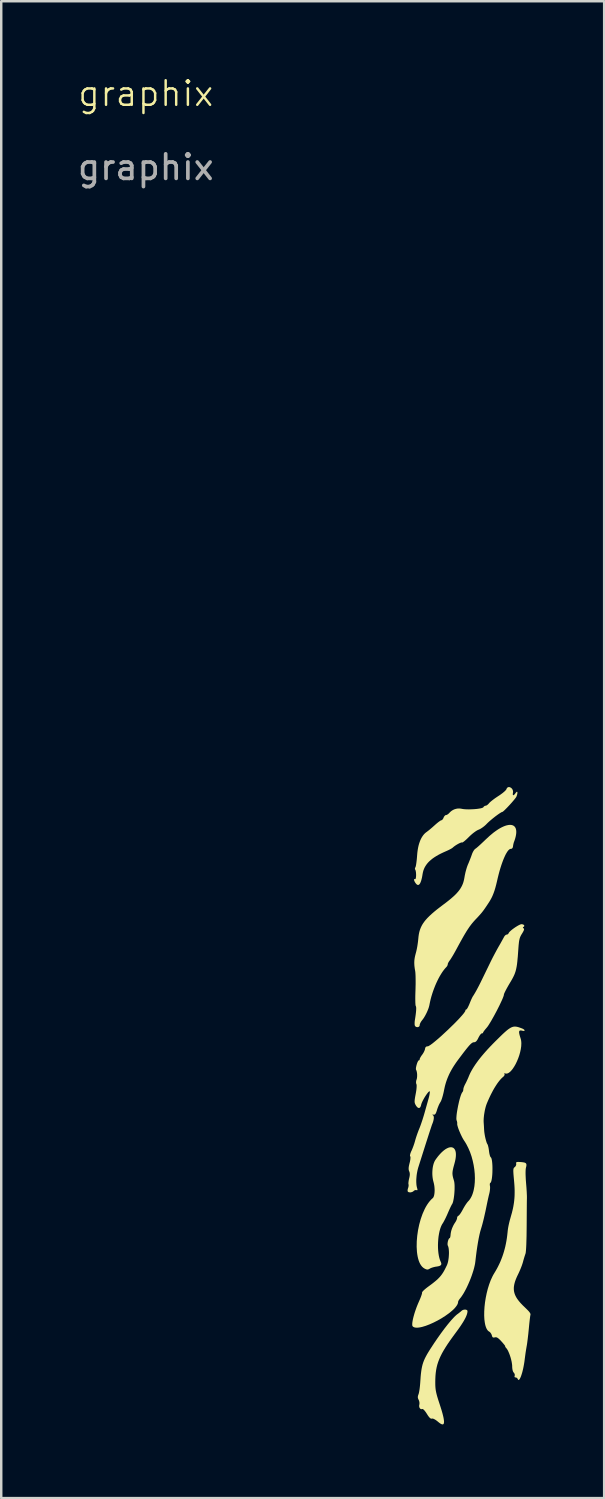
<source format=kicad_pcb>
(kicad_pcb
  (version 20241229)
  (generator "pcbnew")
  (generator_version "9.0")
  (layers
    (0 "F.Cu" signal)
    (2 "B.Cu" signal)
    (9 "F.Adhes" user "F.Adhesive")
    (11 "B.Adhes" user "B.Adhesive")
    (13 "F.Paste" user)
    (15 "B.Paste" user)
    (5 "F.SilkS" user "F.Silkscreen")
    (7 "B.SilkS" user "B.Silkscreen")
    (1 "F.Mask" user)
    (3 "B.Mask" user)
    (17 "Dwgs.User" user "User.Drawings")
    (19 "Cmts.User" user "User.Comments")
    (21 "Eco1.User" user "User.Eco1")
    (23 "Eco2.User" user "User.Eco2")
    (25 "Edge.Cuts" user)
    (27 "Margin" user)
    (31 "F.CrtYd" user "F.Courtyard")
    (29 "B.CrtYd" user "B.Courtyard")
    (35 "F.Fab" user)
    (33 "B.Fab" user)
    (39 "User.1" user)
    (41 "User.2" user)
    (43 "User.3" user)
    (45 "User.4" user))
  (footprint "graphix"
    (layer "F.Cu")
    (at 2.887 1.26)
    (property "Reference" "graphix" (at 0 -0.5 0) (unlocked yes) (layer "F.SilkS") (effects (font (size 1 1) (thickness 0.1))))
    (attr smd)
    (fp_poly (pts (xy 12.461 42.413) (xy 12.489 42.421) (xy 12.516 42.432) (xy 12.54 42.449) (xy 12.561 42.47) (xy 12.58 42.495) (xy 12.596 42.524) (xy 12.609 42.558) (xy 12.619 42.597) (xy 12.626 42.639) (xy 12.629 42.686) (xy 12.629 42.738) (xy 12.626 42.793) (xy 12.619 42.853) (xy 12.608 42.917) (xy 12.593 42.986) (xy 12.575 43.058) (xy 12.539 43.19) (xy 12.524 43.246) (xy 12.513 43.296) (xy 12.503 43.341) (xy 12.496 43.383) (xy 12.492 43.422) (xy 12.489 43.458) (xy 12.489 43.493) (xy 12.492 43.528) (xy 12.496 43.563) (xy 12.503 43.6) (xy 12.512 43.639) (xy 12.523 43.68) (xy 12.551 43.776) (xy 12.561 43.817) (xy 12.568 43.868) (xy 12.573 43.926) (xy 12.576 43.991) (xy 12.576 44.061) (xy 12.575 44.135) (xy 12.571 44.21) (xy 12.566 44.286) (xy 12.559 44.361) (xy 12.55 44.433) (xy 12.54 44.501) (xy 12.528 44.564) (xy 12.516 44.62) (xy 12.502 44.667) (xy 12.487 44.705) (xy 12.48 44.719) (xy 12.472 44.731) (xy 12.467 44.737) (xy 12.461 44.747) (xy 12.447 44.774) (xy 12.428 44.811) (xy 12.406 44.856) (xy 12.382 44.908) (xy 12.356 44.965) (xy 12.329 45.026) (xy 12.302 45.089) (xy 12.274 45.154) (xy 12.244 45.219) (xy 12.215 45.282) (xy 12.185 45.342) (xy 12.157 45.396) (xy 12.131 45.444) (xy 12.109 45.484) (xy 12.09 45.513) (xy 12.07 45.543) (xy 12.052 45.576) (xy 12.018 45.651) (xy 11.988 45.737) (xy 11.962 45.832) (xy 11.941 45.934) (xy 11.923 46.042) (xy 11.911 46.155) (xy 11.903 46.269) (xy 11.899 46.384) (xy 11.9 46.499) (xy 11.906 46.611) (xy 11.917 46.719) (xy 11.933 46.821) (xy 11.954 46.916) (xy 11.98 47.001) (xy 12.011 47.076) (xy 12.016 47.087) (xy 12.021 47.098) (xy 12.025 47.109) (xy 12.028 47.119) (xy 12.031 47.128) (xy 12.033 47.137) (xy 12.034 47.146) (xy 12.035 47.155) (xy 12.035 47.163) (xy 12.034 47.171) (xy 12.033 47.178) (xy 12.03 47.185) (xy 12.027 47.192) (xy 12.024 47.199) (xy 12.019 47.205) (xy 12.014 47.211) (xy 12.008 47.216) (xy 12.002 47.222) (xy 11.994 47.227) (xy 11.986 47.232) (xy 11.977 47.236) (xy 11.967 47.241) (xy 11.956 47.245) (xy 11.944 47.249) (xy 11.932 47.252) (xy 11.919 47.256) (xy 11.905 47.259) (xy 11.89 47.262) (xy 11.857 47.268) (xy 11.821 47.273) (xy 11.805 47.276) (xy 11.788 47.278) (xy 11.753 47.286) (xy 11.718 47.295) (xy 11.683 47.305) (xy 11.649 47.316) (xy 11.633 47.322) (xy 11.618 47.328) (xy 11.604 47.334) (xy 11.591 47.34) (xy 11.579 47.346) (xy 11.568 47.353) (xy 11.553 47.361) (xy 11.539 47.369) (xy 11.526 47.376) (xy 11.514 47.381) (xy 11.508 47.383) (xy 11.502 47.385) (xy 11.496 47.387) (xy 11.491 47.388) (xy 11.485 47.389) (xy 11.479 47.39) (xy 11.474 47.391) (xy 11.468 47.391) (xy 11.462 47.391) (xy 11.456 47.39) (xy 11.45 47.389) (xy 11.444 47.388) (xy 11.438 47.387) (xy 11.432 47.385) (xy 11.419 47.381) (xy 11.405 47.376) (xy 11.39 47.369) (xy 11.373 47.362) (xy 11.355 47.353) (xy 11.355 47.353) (xy 11.304 47.32) (xy 11.257 47.278) (xy 11.215 47.227) (xy 11.177 47.168) (xy 11.144 47.101) (xy 11.115 47.027) (xy 11.091 46.946) (xy 11.071 46.859) (xy 11.055 46.767) (xy 11.043 46.67) (xy 11.031 46.463) (xy 11.035 46.244) (xy 11.054 46.018) (xy 11.087 45.788) (xy 11.135 45.559) (xy 11.196 45.337) (xy 11.27 45.126) (xy 11.357 44.93) (xy 11.404 44.84) (xy 11.455 44.755) (xy 11.509 44.676) (xy 11.565 44.604) (xy 11.624 44.539) (xy 11.686 44.482) (xy 11.694 44.475) (xy 11.701 44.466) (xy 11.708 44.455) (xy 11.715 44.444) (xy 11.721 44.43) (xy 11.727 44.416) (xy 11.738 44.384) (xy 11.746 44.348) (xy 11.753 44.309) (xy 11.758 44.266) (xy 11.761 44.221) (xy 11.763 44.174) (xy 11.762 44.125) (xy 11.759 44.075) (xy 11.755 44.025) (xy 11.749 43.975) (xy 11.74 43.925) (xy 11.73 43.876) (xy 11.718 43.829) (xy 11.703 43.771) (xy 11.69 43.71) (xy 11.681 43.649) (xy 11.674 43.586) (xy 11.67 43.522) (xy 11.669 43.459) (xy 11.671 43.396) (xy 11.675 43.333) (xy 11.681 43.272) (xy 11.69 43.213) (xy 11.702 43.156) (xy 11.716 43.102) (xy 11.732 43.052) (xy 11.751 43.005) (xy 11.772 42.962) (xy 11.795 42.925) (xy 11.843 42.857) (xy 11.891 42.794) (xy 11.938 42.737) (xy 11.985 42.684) (xy 12.031 42.635) (xy 12.077 42.592) (xy 12.121 42.553) (xy 12.165 42.519) (xy 12.207 42.489) (xy 12.248 42.465) (xy 12.288 42.445) (xy 12.326 42.429) (xy 12.363 42.418) (xy 12.397 42.412) (xy 12.43 42.41)) (stroke (width -0.000001) (type solid)) (fill yes) (layer "F.SilkS"))
    (fp_poly (pts (xy 13.01 49.022) (xy 13.029 49.024) (xy 13.037 49.026) (xy 13.046 49.028) (xy 13.054 49.031) (xy 13.061 49.034) (xy 13.068 49.037) (xy 13.075 49.041) (xy 13.08 49.045) (xy 13.086 49.05) (xy 13.09 49.055) (xy 13.094 49.06) (xy 13.097 49.066) (xy 13.099 49.072) (xy 13.101 49.079) (xy 13.101 49.086) (xy 13.099 49.118) (xy 13.094 49.152) (xy 13.085 49.189) (xy 13.073 49.229) (xy 13.057 49.271) (xy 13.038 49.317) (xy 13.015 49.365) (xy 12.988 49.416) (xy 12.957 49.471) (xy 12.923 49.529) (xy 12.884 49.59) (xy 12.842 49.655) (xy 12.796 49.723) (xy 12.745 49.795) (xy 12.691 49.87) (xy 12.633 49.949) (xy 12.51 50.116) (xy 12.399 50.271) (xy 12.299 50.416) (xy 12.211 50.552) (xy 12.132 50.681) (xy 12.063 50.803) (xy 12.004 50.921) (xy 11.953 51.035) (xy 11.91 51.147) (xy 11.874 51.258) (xy 11.846 51.369) (xy 11.824 51.482) (xy 11.808 51.598) (xy 11.797 51.719) (xy 11.791 51.845) (xy 11.789 51.978) (xy 11.79 52.085) (xy 11.792 52.135) (xy 11.795 52.182) (xy 11.799 52.228) (xy 11.804 52.273) (xy 11.811 52.319) (xy 11.82 52.365) (xy 11.83 52.413) (xy 11.842 52.463) (xy 11.856 52.517) (xy 11.872 52.574) (xy 11.911 52.702) (xy 11.961 52.854) (xy 12.007 52.997) (xy 12.047 53.125) (xy 12.08 53.24) (xy 12.106 53.342) (xy 12.126 53.431) (xy 12.138 53.506) (xy 12.145 53.569) (xy 12.144 53.619) (xy 12.141 53.639) (xy 12.137 53.657) (xy 12.13 53.671) (xy 12.123 53.682) (xy 12.113 53.69) (xy 12.102 53.695) (xy 12.089 53.697) (xy 12.074 53.696) (xy 12.057 53.692) (xy 12.039 53.686) (xy 11.998 53.664) (xy 11.95 53.63) (xy 11.895 53.585) (xy 11.895 53.585) (xy 11.875 53.569) (xy 11.856 53.554) (xy 11.838 53.54) (xy 11.819 53.527) (xy 11.802 53.515) (xy 11.784 53.504) (xy 11.767 53.494) (xy 11.751 53.485) (xy 11.736 53.478) (xy 11.721 53.471) (xy 11.707 53.466) (xy 11.694 53.463) (xy 11.682 53.46) (xy 11.671 53.459) (xy 11.661 53.46) (xy 11.657 53.46) (xy 11.652 53.462) (xy 11.647 53.463) (xy 11.642 53.464) (xy 11.637 53.464) (xy 11.632 53.464) (xy 11.627 53.464) (xy 11.622 53.463) (xy 11.617 53.462) (xy 11.611 53.46) (xy 11.606 53.458) (xy 11.6 53.455) (xy 11.595 53.452) (xy 11.589 53.448) (xy 11.583 53.444) (xy 11.578 53.44) (xy 11.572 53.435) (xy 11.566 53.429) (xy 11.559 53.423) (xy 11.553 53.416) (xy 11.547 53.409) (xy 11.54 53.402) (xy 11.526 53.385) (xy 11.512 53.366) (xy 11.496 53.344) (xy 11.48 53.321) (xy 11.464 53.295) (xy 11.446 53.266) (xy 11.431 53.243) (xy 11.416 53.22) (xy 11.402 53.199) (xy 11.387 53.179) (xy 11.373 53.161) (xy 11.36 53.144) (xy 11.347 53.129) (xy 11.334 53.115) (xy 11.322 53.103) (xy 11.311 53.093) (xy 11.3 53.084) (xy 11.29 53.078) (xy 11.28 53.073) (xy 11.272 53.07) (xy 11.268 53.07) (xy 11.264 53.07) (xy 11.261 53.07) (xy 11.257 53.071) (xy 11.25 53.073) (xy 11.242 53.075) (xy 11.235 53.076) (xy 11.228 53.077) (xy 11.221 53.076) (xy 11.214 53.075) (xy 11.207 53.074) (xy 11.201 53.071) (xy 11.195 53.069) (xy 11.189 53.065) (xy 11.183 53.061) (xy 11.177 53.057) (xy 11.172 53.052) (xy 11.167 53.046) (xy 11.162 53.04) (xy 11.158 53.034) (xy 11.153 53.027) (xy 11.15 53.02) (xy 11.146 53.013) (xy 11.143 53.005) (xy 11.14 52.997) (xy 11.138 52.988) (xy 11.136 52.979) (xy 11.135 52.97) (xy 11.134 52.961) (xy 11.133 52.951) (xy 11.133 52.942) (xy 11.133 52.932) (xy 11.134 52.922) (xy 11.136 52.912) (xy 11.138 52.901) (xy 11.14 52.891) (xy 11.142 52.881) (xy 11.144 52.87) (xy 11.145 52.858) (xy 11.145 52.846) (xy 11.145 52.833) (xy 11.145 52.82) (xy 11.144 52.807) (xy 11.142 52.794) (xy 11.14 52.78) (xy 11.137 52.767) (xy 11.134 52.754) (xy 11.13 52.741) (xy 11.126 52.729) (xy 11.121 52.717) (xy 11.116 52.705) (xy 11.111 52.694) (xy 11.104 52.68) (xy 11.097 52.666) (xy 11.092 52.653) (xy 11.087 52.64) (xy 11.084 52.627) (xy 11.081 52.615) (xy 11.079 52.602) (xy 11.079 52.59) (xy 11.079 52.577) (xy 11.08 52.564) (xy 11.082 52.551) (xy 11.085 52.537) (xy 11.088 52.522) (xy 11.093 52.507) (xy 11.098 52.492) (xy 11.105 52.475) (xy 11.11 52.461) (xy 11.115 52.444) (xy 11.12 52.424) (xy 11.125 52.402) (xy 11.135 52.351) (xy 11.145 52.292) (xy 11.154 52.227) (xy 11.162 52.159) (xy 11.169 52.088) (xy 11.175 52.018) (xy 11.194 51.749) (xy 11.205 51.633) (xy 11.218 51.529) (xy 11.233 51.432) (xy 11.251 51.342) (xy 11.272 51.257) (xy 11.298 51.175) (xy 11.329 51.094) (xy 11.365 51.012) (xy 11.408 50.928) (xy 11.457 50.838) (xy 11.514 50.743) (xy 11.579 50.639) (xy 11.736 50.398) (xy 11.881 50.186) (xy 12.023 49.985) (xy 12.16 49.8) (xy 12.291 49.633) (xy 12.412 49.486) (xy 12.522 49.364) (xy 12.571 49.313) (xy 12.617 49.269) (xy 12.658 49.233) (xy 12.695 49.204) (xy 12.715 49.19) (xy 12.736 49.174) (xy 12.758 49.157) (xy 12.78 49.139) (xy 12.802 49.121) (xy 12.824 49.104) (xy 12.843 49.087) (xy 12.861 49.071) (xy 12.868 49.065) (xy 12.876 49.059) (xy 12.885 49.053) (xy 12.893 49.048) (xy 12.903 49.043) (xy 12.912 49.039) (xy 12.922 49.035) (xy 12.931 49.032) (xy 12.951 49.027) (xy 12.971 49.024) (xy 12.991 49.022)) (stroke (width -0.000001) (type solid)) (fill yes) (layer "F.SilkS"))
    (fp_poly (pts (xy 14.869 29.284) (xy 14.909 29.29) (xy 14.946 29.302) (xy 14.978 29.318) (xy 15.007 29.34) (xy 15.031 29.366) (xy 15.052 29.398) (xy 15.068 29.434) (xy 15.079 29.476) (xy 15.086 29.522) (xy 15.088 29.573) (xy 15.085 29.629) (xy 15.077 29.69) (xy 15.064 29.756) (xy 15.046 29.827) (xy 15.022 29.903) (xy 14.993 29.983) (xy 14.99 29.99) (xy 14.987 29.998) (xy 14.982 30.016) (xy 14.977 30.037) (xy 14.971 30.059) (xy 14.966 30.083) (xy 14.962 30.106) (xy 14.958 30.13) (xy 14.955 30.153) (xy 14.953 30.165) (xy 14.951 30.177) (xy 14.948 30.188) (xy 14.945 30.199) (xy 14.941 30.208) (xy 14.936 30.217) (xy 14.934 30.221) (xy 14.931 30.225) (xy 14.929 30.228) (xy 14.926 30.232) (xy 14.923 30.235) (xy 14.92 30.238) (xy 14.917 30.241) (xy 14.914 30.243) (xy 14.91 30.246) (xy 14.907 30.248) (xy 14.903 30.25) (xy 14.899 30.252) (xy 14.895 30.253) (xy 14.891 30.255) (xy 14.887 30.256) (xy 14.883 30.257) (xy 14.879 30.258) (xy 14.874 30.258) (xy 14.869 30.259) (xy 14.865 30.259) (xy 14.85 30.26) (xy 14.835 30.265) (xy 14.819 30.273) (xy 14.803 30.284) (xy 14.787 30.298) (xy 14.77 30.314) (xy 14.753 30.334) (xy 14.736 30.356) (xy 14.718 30.381) (xy 14.701 30.409) (xy 14.664 30.471) (xy 14.628 30.544) (xy 14.591 30.626) (xy 14.554 30.716) (xy 14.517 30.815) (xy 14.48 30.921) (xy 14.444 31.034) (xy 14.408 31.155) (xy 14.374 31.281) (xy 14.341 31.413) (xy 14.309 31.55) (xy 14.273 31.702) (xy 14.237 31.839) (xy 14.2 31.961) (xy 14.18 32.018) (xy 14.16 32.073) (xy 14.139 32.125) (xy 14.118 32.176) (xy 14.095 32.225) (xy 14.071 32.273) (xy 14.045 32.32) (xy 14.019 32.366) (xy 13.99 32.413) (xy 13.96 32.46) (xy 13.882 32.578) (xy 13.816 32.675) (xy 13.758 32.757) (xy 13.704 32.828) (xy 13.676 32.863) (xy 13.648 32.896) (xy 13.586 32.966) (xy 13.515 33.044) (xy 13.428 33.135) (xy 13.385 33.182) (xy 13.343 33.229) (xy 13.302 33.277) (xy 13.261 33.328) (xy 13.221 33.381) (xy 13.179 33.438) (xy 13.138 33.499) (xy 13.094 33.565) (xy 13.049 33.636) (xy 13.002 33.714) (xy 12.952 33.799) (xy 12.899 33.892) (xy 12.781 34.104) (xy 12.645 34.355) (xy 12.607 34.425) (xy 12.568 34.494) (xy 12.53 34.561) (xy 12.493 34.624) (xy 12.458 34.681) (xy 12.427 34.731) (xy 12.401 34.77) (xy 12.381 34.799) (xy 12.372 34.81) (xy 12.364 34.821) (xy 12.356 34.833) (xy 12.348 34.844) (xy 12.341 34.856) (xy 12.334 34.868) (xy 12.327 34.879) (xy 12.321 34.89) (xy 12.316 34.901) (xy 12.311 34.911) (xy 12.307 34.921) (xy 12.303 34.93) (xy 12.3 34.939) (xy 12.298 34.947) (xy 12.297 34.954) (xy 12.297 34.96) (xy 12.296 34.966) (xy 12.296 34.972) (xy 12.294 34.979) (xy 12.292 34.986) (xy 12.29 34.993) (xy 12.287 35) (xy 12.284 35.008) (xy 12.28 35.015) (xy 12.276 35.023) (xy 12.272 35.03) (xy 12.268 35.038) (xy 12.263 35.045) (xy 12.258 35.052) (xy 12.252 35.058) (xy 12.247 35.065) (xy 12.241 35.071) (xy 12.188 35.129) (xy 12.134 35.196) (xy 12.08 35.27) (xy 12.027 35.352) (xy 11.975 35.439) (xy 11.924 35.532) (xy 11.875 35.63) (xy 11.828 35.731) (xy 11.782 35.837) (xy 11.74 35.945) (xy 11.7 36.054) (xy 11.663 36.165) (xy 11.629 36.277) (xy 11.599 36.389) (xy 11.574 36.499) (xy 11.552 36.608) (xy 11.545 36.643) (xy 11.535 36.68) (xy 11.524 36.719) (xy 11.51 36.761) (xy 11.494 36.803) (xy 11.476 36.847) (xy 11.457 36.891) (xy 11.437 36.935) (xy 11.415 36.978) (xy 11.393 37.021) (xy 11.371 37.062) (xy 11.347 37.102) (xy 11.324 37.14) (xy 11.3 37.175) (xy 11.277 37.207) (xy 11.254 37.236) (xy 11.244 37.249) (xy 11.234 37.262) (xy 11.224 37.275) (xy 11.215 37.289) (xy 11.206 37.303) (xy 11.198 37.317) (xy 11.19 37.331) (xy 11.183 37.344) (xy 11.177 37.358) (xy 11.171 37.371) (xy 11.166 37.384) (xy 11.162 37.396) (xy 11.158 37.408) (xy 11.156 37.418) (xy 11.154 37.428) (xy 11.154 37.437) (xy 11.153 37.446) (xy 11.152 37.455) (xy 11.15 37.463) (xy 11.147 37.47) (xy 11.143 37.477) (xy 11.139 37.484) (xy 11.134 37.49) (xy 11.128 37.495) (xy 11.122 37.5) (xy 11.115 37.505) (xy 11.108 37.508) (xy 11.101 37.512) (xy 11.093 37.514) (xy 11.086 37.516) (xy 11.077 37.518) (xy 11.069 37.519) (xy 11.061 37.519) (xy 11.052 37.519) (xy 11.044 37.518) (xy 11.035 37.517) (xy 11.027 37.515) (xy 11.019 37.513) (xy 11.011 37.509) (xy 11.003 37.506) (xy 10.996 37.501) (xy 10.989 37.496) (xy 10.982 37.491) (xy 10.976 37.485) (xy 10.97 37.478) (xy 10.965 37.47) (xy 10.961 37.462) (xy 10.957 37.453) (xy 10.954 37.446) (xy 10.952 37.437) (xy 10.951 37.426) (xy 10.949 37.414) (xy 10.948 37.401) (xy 10.948 37.387) (xy 10.948 37.371) (xy 10.948 37.355) (xy 10.948 37.338) (xy 10.949 37.321) (xy 10.95 37.303) (xy 10.952 37.284) (xy 10.954 37.266) (xy 10.956 37.247) (xy 10.959 37.229) (xy 10.962 37.21) (xy 10.98 37.095) (xy 10.994 36.992) (xy 11.004 36.904) (xy 11.01 36.828) (xy 11.012 36.765) (xy 11.012 36.739) (xy 11.01 36.716) (xy 11.007 36.696) (xy 11.003 36.679) (xy 10.999 36.665) (xy 10.993 36.655) (xy 10.991 36.652) (xy 10.99 36.647) (xy 10.987 36.633) (xy 10.984 36.614) (xy 10.982 36.59) (xy 10.978 36.527) (xy 10.976 36.447) (xy 10.975 36.353) (xy 10.976 36.247) (xy 10.979 36.132) (xy 10.983 36.011) (xy 10.986 35.888) (xy 10.989 35.765) (xy 10.989 35.646) (xy 10.988 35.535) (xy 10.986 35.435) (xy 10.982 35.348) (xy 10.977 35.278) (xy 10.97 35.228) (xy 10.96 35.175) (xy 10.952 35.125) (xy 10.946 35.076) (xy 10.94 35.029) (xy 10.937 34.984) (xy 10.935 34.94) (xy 10.934 34.897) (xy 10.935 34.855) (xy 10.937 34.812) (xy 10.941 34.77) (xy 10.947 34.727) (xy 10.954 34.684) (xy 10.963 34.639) (xy 10.974 34.593) (xy 10.986 34.546) (xy 10.999 34.496) (xy 11.014 34.439) (xy 11.029 34.374) (xy 11.044 34.302) (xy 11.058 34.225) (xy 11.07 34.147) (xy 11.081 34.069) (xy 11.09 33.994) (xy 11.097 33.925) (xy 11.107 33.825) (xy 11.121 33.731) (xy 11.14 33.642) (xy 11.152 33.599) (xy 11.165 33.557) (xy 11.18 33.516) (xy 11.196 33.475) (xy 11.214 33.435) (xy 11.234 33.395) (xy 11.255 33.355) (xy 11.279 33.316) (xy 11.304 33.277) (xy 11.332 33.238) (xy 11.362 33.198) (xy 11.394 33.159) (xy 11.465 33.079) (xy 11.547 32.997) (xy 11.639 32.911) (xy 11.742 32.822) (xy 11.857 32.728) (xy 11.985 32.629) (xy 12.126 32.522) (xy 12.234 32.441) (xy 12.333 32.363) (xy 12.423 32.29) (xy 12.504 32.219) (xy 12.578 32.152) (xy 12.644 32.086) (xy 12.702 32.021) (xy 12.754 31.958) (xy 12.8 31.895) (xy 12.839 31.831) (xy 12.874 31.767) (xy 12.903 31.701) (xy 12.928 31.634) (xy 12.948 31.564) (xy 12.965 31.491) (xy 12.979 31.414) (xy 12.99 31.348) (xy 13.005 31.277) (xy 13.021 31.205) (xy 13.04 31.134) (xy 13.06 31.064) (xy 13.08 31) (xy 13.101 30.942) (xy 13.12 30.893) (xy 13.141 30.847) (xy 13.162 30.796) (xy 13.205 30.688) (xy 13.246 30.582) (xy 13.263 30.534) (xy 13.278 30.491) (xy 13.285 30.472) (xy 13.292 30.452) (xy 13.3 30.433) (xy 13.309 30.414) (xy 13.318 30.395) (xy 13.327 30.377) (xy 13.337 30.36) (xy 13.346 30.343) (xy 13.356 30.328) (xy 13.366 30.313) (xy 13.376 30.3) (xy 13.386 30.288) (xy 13.395 30.277) (xy 13.405 30.268) (xy 13.414 30.26) (xy 13.422 30.255) (xy 13.432 30.248) (xy 13.445 30.239) (xy 13.462 30.226) (xy 13.481 30.21) (xy 13.526 30.172) (xy 13.58 30.124) (xy 13.641 30.068) (xy 13.706 30.007) (xy 13.775 29.942) (xy 13.846 29.874) (xy 14.004 29.728) (xy 14.155 29.602) (xy 14.228 29.548) (xy 14.299 29.498) (xy 14.368 29.453) (xy 14.434 29.414) (xy 14.498 29.38) (xy 14.56 29.351) (xy 14.619 29.327) (xy 14.675 29.308) (xy 14.729 29.295) (xy 14.779 29.286) (xy 14.826 29.282)) (stroke (width -0.000001) (type solid)) (fill yes) (layer "F.SilkS"))
    (fp_poly (pts (xy 15.18 43.009) (xy 15.203 43.01) (xy 15.23 43.011) (xy 15.26 43.013) (xy 15.302 43.016) (xy 15.34 43.02) (xy 15.373 43.025) (xy 15.402 43.03) (xy 15.415 43.033) (xy 15.427 43.037) (xy 15.438 43.04) (xy 15.448 43.045) (xy 15.457 43.049) (xy 15.465 43.054) (xy 15.472 43.059) (xy 15.479 43.065) (xy 15.484 43.072) (xy 15.489 43.078) (xy 15.493 43.086) (xy 15.496 43.094) (xy 15.498 43.102) (xy 15.5 43.111) (xy 15.501 43.121) (xy 15.501 43.131) (xy 15.501 43.142) (xy 15.5 43.153) (xy 15.497 43.179) (xy 15.491 43.207) (xy 15.483 43.239) (xy 15.479 43.257) (xy 15.475 43.278) (xy 15.472 43.303) (xy 15.47 43.331) (xy 15.468 43.362) (xy 15.467 43.395) (xy 15.466 43.471) (xy 15.468 43.555) (xy 15.472 43.647) (xy 15.477 43.745) (xy 15.485 43.847) (xy 15.501 44.042) (xy 15.513 44.226) (xy 15.52 44.38) (xy 15.521 44.439) (xy 15.521 44.482) (xy 15.518 44.626) (xy 15.516 44.893) (xy 15.511 45.643) (xy 15.506 46.041) (xy 15.496 46.378) (xy 15.489 46.515) (xy 15.481 46.624) (xy 15.473 46.701) (xy 15.464 46.743) (xy 15.454 46.77) (xy 15.443 46.804) (xy 15.43 46.843) (xy 15.416 46.887) (xy 15.402 46.934) (xy 15.388 46.982) (xy 15.374 47.031) (xy 15.362 47.078) (xy 15.347 47.129) (xy 15.328 47.186) (xy 15.306 47.248) (xy 15.281 47.314) (xy 15.254 47.38) (xy 15.226 47.445) (xy 15.198 47.508) (xy 15.171 47.565) (xy 15.119 47.673) (xy 15.075 47.775) (xy 15.04 47.871) (xy 15.026 47.918) (xy 15.014 47.963) (xy 15.004 48.007) (xy 14.997 48.05) (xy 14.991 48.092) (xy 14.988 48.133) (xy 14.988 48.173) (xy 14.989 48.213) (xy 14.993 48.253) (xy 14.999 48.291) (xy 15.008 48.33) (xy 15.019 48.368) (xy 15.032 48.406) (xy 15.048 48.444) (xy 15.067 48.483) (xy 15.087 48.521) (xy 15.11 48.559) (xy 15.136 48.598) (xy 15.195 48.676) (xy 15.264 48.757) (xy 15.343 48.84) (xy 15.433 48.927) (xy 15.5 48.992) (xy 15.529 49.021) (xy 15.555 49.047) (xy 15.578 49.071) (xy 15.598 49.093) (xy 15.615 49.114) (xy 15.629 49.132) (xy 15.641 49.15) (xy 15.651 49.165) (xy 15.658 49.18) (xy 15.663 49.194) (xy 15.666 49.207) (xy 15.667 49.219) (xy 15.666 49.23) (xy 15.664 49.241) (xy 15.662 49.251) (xy 15.659 49.265) (xy 15.652 49.306) (xy 15.645 49.363) (xy 15.636 49.434) (xy 15.627 49.515) (xy 15.617 49.606) (xy 15.598 49.803) (xy 15.577 50.013) (xy 15.553 50.219) (xy 15.53 50.396) (xy 15.519 50.467) (xy 15.509 50.523) (xy 15.49 50.634) (xy 15.468 50.772) (xy 15.448 50.919) (xy 15.43 51.057) (xy 15.418 51.151) (xy 15.403 51.242) (xy 15.387 51.331) (xy 15.37 51.416) (xy 15.351 51.497) (xy 15.332 51.573) (xy 15.311 51.642) (xy 15.291 51.704) (xy 15.271 51.759) (xy 15.25 51.805) (xy 15.231 51.842) (xy 15.212 51.868) (xy 15.203 51.877) (xy 15.194 51.884) (xy 15.186 51.887) (xy 15.178 51.887) (xy 15.171 51.884) (xy 15.164 51.878) (xy 15.157 51.869) (xy 15.151 51.855) (xy 15.151 51.855) (xy 15.15 51.852) (xy 15.148 51.848) (xy 15.146 51.845) (xy 15.144 51.841) (xy 15.14 51.835) (xy 15.136 51.828) (xy 15.13 51.822) (xy 15.125 51.816) (xy 15.119 51.811) (xy 15.113 51.806) (xy 15.107 51.801) (xy 15.101 51.797) (xy 15.094 51.793) (xy 15.087 51.79) (xy 15.084 51.789) (xy 15.081 51.788) (xy 15.077 51.787) (xy 15.074 51.786) (xy 15.07 51.786) (xy 15.067 51.785) (xy 15.064 51.785) (xy 15.06 51.785) (xy 15.057 51.785) (xy 15.053 51.785) (xy 15.05 51.784) (xy 15.047 51.784) (xy 15.043 51.783) (xy 15.041 51.782) (xy 15.038 51.781) (xy 15.035 51.78) (xy 15.033 51.779) (xy 15.03 51.778) (xy 15.028 51.776) (xy 15.026 51.775) (xy 15.025 51.773) (xy 15.023 51.771) (xy 15.022 51.769) (xy 15.02 51.767) (xy 15.019 51.765) (xy 15.018 51.763) (xy 15.017 51.76) (xy 15.017 51.758) (xy 15.016 51.755) (xy 15.016 51.752) (xy 15.016 51.75) (xy 15.016 51.746) (xy 15.016 51.743) (xy 15.017 51.74) (xy 15.017 51.737) (xy 15.018 51.733) (xy 15.019 51.73) (xy 15.02 51.726) (xy 15.021 51.722) (xy 15.023 51.718) (xy 15.024 51.715) (xy 15.025 51.711) (xy 15.026 51.707) (xy 15.026 51.704) (xy 15.027 51.696) (xy 15.027 51.687) (xy 15.027 51.679) (xy 15.026 51.67) (xy 15.024 51.661) (xy 15.022 51.653) (xy 15.019 51.644) (xy 15.016 51.635) (xy 15.012 51.626) (xy 15.007 51.618) (xy 15.002 51.61) (xy 14.997 51.602) (xy 14.991 51.595) (xy 14.985 51.588) (xy 14.981 51.584) (xy 14.978 51.58) (xy 14.971 51.571) (xy 14.965 51.561) (xy 14.959 51.549) (xy 14.953 51.536) (xy 14.948 51.521) (xy 14.943 51.506) (xy 14.939 51.49) (xy 14.935 51.473) (xy 14.932 51.455) (xy 14.929 51.436) (xy 14.926 51.417) (xy 14.924 51.398) (xy 14.923 51.377) (xy 14.922 51.357) (xy 14.921 51.336) (xy 14.92 51.294) (xy 14.915 51.248) (xy 14.908 51.198) (xy 14.899 51.146) (xy 14.887 51.093) (xy 14.874 51.038) (xy 14.859 50.983) (xy 14.842 50.929) (xy 14.824 50.875) (xy 14.805 50.824) (xy 14.785 50.775) (xy 14.765 50.729) (xy 14.745 50.687) (xy 14.724 50.65) (xy 14.703 50.619) (xy 14.683 50.593) (xy 14.676 50.585) (xy 14.669 50.578) (xy 14.663 50.57) (xy 14.657 50.563) (xy 14.652 50.556) (xy 14.648 50.55) (xy 14.644 50.544) (xy 14.64 50.538) (xy 14.637 50.533) (xy 14.635 50.528) (xy 14.634 50.524) (xy 14.633 50.521) (xy 14.633 50.52) (xy 14.633 50.518) (xy 14.633 50.517) (xy 14.634 50.516) (xy 14.634 50.516) (xy 14.635 50.515) (xy 14.636 50.515) (xy 14.637 50.515) (xy 14.638 50.515) (xy 14.639 50.514) (xy 14.639 50.513) (xy 14.639 50.511) (xy 14.638 50.509) (xy 14.637 50.506) (xy 14.633 50.5) (xy 14.628 50.491) (xy 14.621 50.482) (xy 14.613 50.471) (xy 14.603 50.458) (xy 14.593 50.444) (xy 14.58 50.43) (xy 14.567 50.414) (xy 14.553 50.397) (xy 14.538 50.379) (xy 14.522 50.361) (xy 14.505 50.342) (xy 14.487 50.322) (xy 14.462 50.295) (xy 14.439 50.27) (xy 14.417 50.248) (xy 14.397 50.229) (xy 14.378 50.212) (xy 14.36 50.197) (xy 14.343 50.184) (xy 14.328 50.173) (xy 14.312 50.165) (xy 14.298 50.158) (xy 14.284 50.153) (xy 14.277 50.152) (xy 14.27 50.15) (xy 14.263 50.149) (xy 14.256 50.149) (xy 14.243 50.149) (xy 14.229 50.15) (xy 14.215 50.153) (xy 14.201 50.156) (xy 14.189 50.159) (xy 14.183 50.16) (xy 14.177 50.16) (xy 14.171 50.16) (xy 14.166 50.16) (xy 14.161 50.16) (xy 14.157 50.16) (xy 14.152 50.159) (xy 14.148 50.158) (xy 14.144 50.157) (xy 14.14 50.155) (xy 14.136 50.153) (xy 14.133 50.151) (xy 14.129 50.149) (xy 14.126 50.146) (xy 14.123 50.143) (xy 14.12 50.139) (xy 14.117 50.135) (xy 14.115 50.131) (xy 14.112 50.127) (xy 14.109 50.122) (xy 14.107 50.117) (xy 14.105 50.111) (xy 14.1 50.099) (xy 14.096 50.085) (xy 14.092 50.07) (xy 14.089 50.059) (xy 14.085 50.047) (xy 14.08 50.036) (xy 14.075 50.025) (xy 14.07 50.014) (xy 14.063 50.003) (xy 14.057 49.992) (xy 14.05 49.982) (xy 14.043 49.972) (xy 14.035 49.962) (xy 14.027 49.953) (xy 14.019 49.945) (xy 14.011 49.938) (xy 14.003 49.931) (xy 13.995 49.925) (xy 13.987 49.92) (xy 13.955 49.899) (xy 13.925 49.87) (xy 13.899 49.834) (xy 13.875 49.792) (xy 13.855 49.743) (xy 13.836 49.689) (xy 13.821 49.629) (xy 13.808 49.565) (xy 13.789 49.422) (xy 13.781 49.265) (xy 13.783 49.095) (xy 13.794 48.916) (xy 13.814 48.732) (xy 13.844 48.544) (xy 13.882 48.357) (xy 13.928 48.174) (xy 13.983 47.997) (xy 14.045 47.83) (xy 14.116 47.675) (xy 14.153 47.604) (xy 14.193 47.537) (xy 14.248 47.445) (xy 14.301 47.352) (xy 14.35 47.258) (xy 14.397 47.162) (xy 14.441 47.065) (xy 14.481 46.966) (xy 14.519 46.866) (xy 14.554 46.764) (xy 14.586 46.66) (xy 14.615 46.555) (xy 14.642 46.448) (xy 14.665 46.339) (xy 14.686 46.229) (xy 14.704 46.116) (xy 14.719 46.002) (xy 14.732 45.886) (xy 14.74 45.806) (xy 14.75 45.73) (xy 14.763 45.653) (xy 14.779 45.574) (xy 14.798 45.489) (xy 14.821 45.396) (xy 14.85 45.292) (xy 14.883 45.174) (xy 14.908 45.087) (xy 14.929 45.002) (xy 14.949 44.918) (xy 14.966 44.835) (xy 14.98 44.753) (xy 14.993 44.67) (xy 15.003 44.588) (xy 15.011 44.504) (xy 15.017 44.42) (xy 15.02 44.335) (xy 15.021 44.248) (xy 15.021 44.158) (xy 15.018 44.067) (xy 15.013 43.972) (xy 15.006 43.874) (xy 14.997 43.773) (xy 14.983 43.619) (xy 14.973 43.5) (xy 14.968 43.409) (xy 14.967 43.373) (xy 14.968 43.343) (xy 14.97 43.317) (xy 14.974 43.296) (xy 14.978 43.278) (xy 14.984 43.263) (xy 14.992 43.25) (xy 15.001 43.239) (xy 15.012 43.23) (xy 15.024 43.22) (xy 15.028 43.217) (xy 15.031 43.214) (xy 15.038 43.207) (xy 15.045 43.2) (xy 15.052 43.192) (xy 15.057 43.184) (xy 15.063 43.176) (xy 15.068 43.167) (xy 15.072 43.157) (xy 15.076 43.148) (xy 15.079 43.139) (xy 15.082 43.129) (xy 15.084 43.119) (xy 15.085 43.11) (xy 15.085 43.101) (xy 15.085 43.096) (xy 15.085 43.092) (xy 15.085 43.087) (xy 15.084 43.083) (xy 15.082 43.07) (xy 15.081 43.064) (xy 15.081 43.059) (xy 15.081 43.053) (xy 15.081 43.049) (xy 15.081 43.044) (xy 15.082 43.04) (xy 15.083 43.036) (xy 15.085 43.032) (xy 15.087 43.029) (xy 15.089 43.026) (xy 15.092 43.023) (xy 15.096 43.021) (xy 15.1 43.019) (xy 15.104 43.017) (xy 15.109 43.015) (xy 15.114 43.013) (xy 15.12 43.012) (xy 15.127 43.011) (xy 15.134 43.01) (xy 15.142 43.01) (xy 15.15 43.009) (xy 15.159 43.009) (xy 15.169 43.009)) (stroke (width -0.000001) (type solid)) (fill yes) (layer "F.SilkS"))
    (fp_poly (pts (xy 14.806 27.744) (xy 14.819 27.747) (xy 14.831 27.751) (xy 14.843 27.756) (xy 14.855 27.762) (xy 14.867 27.769) (xy 14.879 27.777) (xy 14.89 27.786) (xy 14.9 27.796) (xy 14.91 27.807) (xy 14.919 27.819) (xy 14.927 27.832) (xy 14.935 27.845) (xy 14.941 27.859) (xy 14.947 27.874) (xy 14.951 27.89) (xy 14.954 27.906) (xy 14.956 27.922) (xy 14.957 27.939) (xy 14.956 27.956) (xy 14.953 27.974) (xy 14.951 27.986) (xy 14.949 27.997) (xy 14.948 28.007) (xy 14.947 28.017) (xy 14.946 28.026) (xy 14.946 28.034) (xy 14.947 28.041) (xy 14.947 28.048) (xy 14.948 28.054) (xy 14.95 28.059) (xy 14.952 28.063) (xy 14.954 28.067) (xy 14.956 28.07) (xy 14.959 28.072) (xy 14.962 28.073) (xy 14.966 28.074) (xy 14.969 28.074) (xy 14.974 28.073) (xy 14.978 28.072) (xy 14.983 28.069) (xy 14.988 28.066) (xy 14.993 28.062) (xy 14.999 28.058) (xy 15.005 28.053) (xy 15.011 28.046) (xy 15.018 28.04) (xy 15.024 28.032) (xy 15.031 28.024) (xy 15.046 28.005) (xy 15.062 27.983) (xy 15.069 27.973) (xy 15.076 27.964) (xy 15.082 27.957) (xy 15.089 27.95) (xy 15.094 27.945) (xy 15.1 27.941) (xy 15.105 27.937) (xy 15.109 27.935) (xy 15.113 27.934) (xy 15.115 27.933) (xy 15.117 27.933) (xy 15.119 27.934) (xy 15.121 27.934) (xy 15.122 27.935) (xy 15.124 27.936) (xy 15.125 27.937) (xy 15.127 27.938) (xy 15.129 27.941) (xy 15.131 27.946) (xy 15.132 27.951) (xy 15.133 27.957) (xy 15.134 27.963) (xy 15.134 27.971) (xy 15.134 27.979) (xy 15.133 27.988) (xy 15.132 27.998) (xy 15.13 28.008) (xy 15.128 28.019) (xy 15.126 28.031) (xy 15.123 28.043) (xy 15.12 28.056) (xy 15.116 28.069) (xy 15.111 28.083) (xy 15.106 28.098) (xy 15.101 28.113) (xy 15.095 28.128) (xy 15.084 28.15) (xy 15.063 28.181) (xy 15.033 28.22) (xy 14.997 28.265) (xy 14.91 28.367) (xy 14.812 28.476) (xy 14.713 28.581) (xy 14.624 28.67) (xy 14.587 28.705) (xy 14.556 28.732) (xy 14.533 28.749) (xy 14.524 28.754) (xy 14.519 28.756) (xy 14.512 28.756) (xy 14.503 28.759) (xy 14.48 28.77) (xy 14.451 28.787) (xy 14.416 28.809) (xy 14.375 28.836) (xy 14.331 28.867) (xy 14.235 28.938) (xy 14.135 29.017) (xy 14.038 29.098) (xy 13.993 29.137) (xy 13.952 29.174) (xy 13.915 29.209) (xy 13.884 29.24) (xy 13.866 29.259) (xy 13.847 29.278) (xy 13.827 29.296) (xy 13.806 29.315) (xy 13.784 29.333) (xy 13.762 29.351) (xy 13.74 29.368) (xy 13.717 29.385) (xy 13.695 29.4) (xy 13.672 29.415) (xy 13.651 29.429) (xy 13.629 29.442) (xy 13.609 29.453) (xy 13.589 29.463) (xy 13.57 29.472) (xy 13.553 29.479) (xy 13.535 29.486) (xy 13.516 29.495) (xy 13.494 29.507) (xy 13.471 29.52) (xy 13.447 29.535) (xy 13.422 29.552) (xy 13.396 29.571) (xy 13.369 29.59) (xy 13.342 29.611) (xy 13.314 29.633) (xy 13.287 29.656) (xy 13.259 29.68) (xy 13.232 29.704) (xy 13.205 29.729) (xy 13.179 29.754) (xy 13.154 29.779) (xy 13.105 29.827) (xy 13.059 29.871) (xy 13.015 29.91) (xy 12.976 29.943) (xy 12.958 29.958) (xy 12.941 29.97) (xy 12.927 29.98) (xy 12.913 29.989) (xy 12.902 29.995) (xy 12.893 29.999) (xy 12.886 30) (xy 12.883 30) (xy 12.881 29.999) (xy 12.877 29.998) (xy 12.872 29.997) (xy 12.866 29.997) (xy 12.858 29.998) (xy 12.841 30.002) (xy 12.82 30.01) (xy 12.796 30.019) (xy 12.77 30.031) (xy 12.742 30.045) (xy 12.712 30.061) (xy 12.682 30.078) (xy 12.652 30.096) (xy 12.622 30.115) (xy 12.593 30.135) (xy 12.566 30.154) (xy 12.54 30.174) (xy 12.517 30.193) (xy 12.497 30.211) (xy 12.49 30.217) (xy 12.482 30.223) (xy 12.471 30.23) (xy 12.459 30.238) (xy 12.445 30.247) (xy 12.43 30.255) (xy 12.396 30.274) (xy 12.357 30.294) (xy 12.315 30.315) (xy 12.271 30.335) (xy 12.226 30.355) (xy 12.116 30.404) (xy 12.013 30.453) (xy 11.917 30.503) (xy 11.829 30.554) (xy 11.747 30.606) (xy 11.672 30.659) (xy 11.605 30.714) (xy 11.543 30.769) (xy 11.488 30.826) (xy 11.44 30.885) (xy 11.398 30.946) (xy 11.361 31.008) (xy 11.331 31.073) (xy 11.306 31.14) (xy 11.287 31.209) (xy 11.273 31.28) (xy 11.261 31.353) (xy 11.249 31.419) (xy 11.235 31.479) (xy 11.221 31.533) (xy 11.206 31.58) (xy 11.19 31.621) (xy 11.174 31.655) (xy 11.157 31.683) (xy 11.148 31.694) (xy 11.139 31.704) (xy 11.13 31.712) (xy 11.121 31.719) (xy 11.111 31.724) (xy 11.102 31.727) (xy 11.092 31.728) (xy 11.082 31.728) (xy 11.072 31.727) (xy 11.062 31.723) (xy 11.051 31.718) (xy 11.041 31.711) (xy 11.03 31.703) (xy 11.02 31.693) (xy 10.998 31.668) (xy 10.983 31.649) (xy 10.971 31.63) (xy 10.959 31.611) (xy 10.95 31.593) (xy 10.941 31.576) (xy 10.935 31.561) (xy 10.93 31.546) (xy 10.927 31.532) (xy 10.925 31.52) (xy 10.925 31.515) (xy 10.925 31.51) (xy 10.926 31.505) (xy 10.927 31.501) (xy 10.929 31.498) (xy 10.931 31.495) (xy 10.933 31.492) (xy 10.936 31.49) (xy 10.94 31.489) (xy 10.944 31.489) (xy 10.948 31.488) (xy 10.953 31.489) (xy 10.959 31.49) (xy 10.964 31.492) (xy 10.97 31.493) (xy 10.975 31.492) (xy 10.979 31.489) (xy 10.983 31.484) (xy 10.987 31.477) (xy 10.991 31.469) (xy 10.997 31.447) (xy 11.002 31.421) (xy 11.005 31.391) (xy 11.007 31.357) (xy 11.008 31.322) (xy 11.007 31.286) (xy 11.005 31.25) (xy 11.002 31.215) (xy 10.997 31.182) (xy 10.991 31.152) (xy 10.983 31.127) (xy 10.979 31.116) (xy 10.975 31.106) (xy 10.97 31.099) (xy 10.964 31.092) (xy 10.964 31.091) (xy 10.963 31.09) (xy 10.962 31.088) (xy 10.961 31.087) (xy 10.961 31.085) (xy 10.96 31.083) (xy 10.96 31.081) (xy 10.96 31.079) (xy 10.96 31.077) (xy 10.96 31.074) (xy 10.96 31.069) (xy 10.961 31.063) (xy 10.962 31.057) (xy 10.963 31.051) (xy 10.965 31.044) (xy 10.967 31.038) (xy 10.97 31.03) (xy 10.973 31.023) (xy 10.976 31.016) (xy 10.98 31.008) (xy 10.983 31.001) (xy 10.987 30.992) (xy 10.992 30.978) (xy 10.996 30.961) (xy 11.001 30.94) (xy 11.01 30.889) (xy 11.019 30.827) (xy 11.028 30.756) (xy 11.037 30.678) (xy 11.044 30.595) (xy 11.051 30.509) (xy 11.058 30.424) (xy 11.068 30.343) (xy 11.08 30.264) (xy 11.094 30.189) (xy 11.111 30.117) (xy 11.13 30.049) (xy 11.152 29.984) (xy 11.175 29.922) (xy 11.201 29.864) (xy 11.229 29.81) (xy 11.259 29.76) (xy 11.291 29.714) (xy 11.325 29.671) (xy 11.361 29.633) (xy 11.399 29.599) (xy 11.44 29.569) (xy 11.465 29.55) (xy 11.498 29.525) (xy 11.537 29.494) (xy 11.579 29.459) (xy 11.625 29.42) (xy 11.673 29.379) (xy 11.72 29.337) (xy 11.767 29.295) (xy 11.812 29.255) (xy 11.856 29.217) (xy 11.898 29.183) (xy 11.937 29.153) (xy 11.972 29.129) (xy 11.987 29.119) (xy 12 29.11) (xy 12.012 29.103) (xy 12.023 29.098) (xy 12.031 29.095) (xy 12.037 29.094) (xy 12.04 29.094) (xy 12.043 29.094) (xy 12.045 29.093) (xy 12.048 29.092) (xy 12.051 29.091) (xy 12.054 29.089) (xy 12.057 29.088) (xy 12.06 29.086) (xy 12.063 29.084) (xy 12.066 29.081) (xy 12.069 29.079) (xy 12.072 29.076) (xy 12.078 29.07) (xy 12.084 29.063) (xy 12.09 29.056) (xy 12.096 29.047) (xy 12.102 29.039) (xy 12.108 29.029) (xy 12.113 29.02) (xy 12.118 29.01) (xy 12.123 28.999) (xy 12.127 28.988) (xy 12.132 28.978) (xy 12.137 28.967) (xy 12.142 28.957) (xy 12.148 28.947) (xy 12.154 28.938) (xy 12.16 28.929) (xy 12.166 28.921) (xy 12.173 28.914) (xy 12.18 28.907) (xy 12.186 28.901) (xy 12.193 28.895) (xy 12.2 28.891) (xy 12.207 28.887) (xy 12.21 28.886) (xy 12.213 28.885) (xy 12.216 28.884) (xy 12.219 28.883) (xy 12.223 28.883) (xy 12.226 28.883) (xy 12.229 28.882) (xy 12.232 28.882) (xy 12.239 28.881) (xy 12.246 28.878) (xy 12.254 28.875) (xy 12.263 28.872) (xy 12.272 28.867) (xy 12.281 28.862) (xy 12.29 28.856) (xy 12.3 28.85) (xy 12.309 28.843) (xy 12.319 28.835) (xy 12.328 28.827) (xy 12.338 28.819) (xy 12.347 28.81) (xy 12.356 28.801) (xy 12.364 28.792) (xy 12.389 28.766) (xy 12.415 28.742) (xy 12.442 28.72) (xy 12.47 28.7) (xy 12.5 28.682) (xy 12.53 28.666) (xy 12.561 28.652) (xy 12.593 28.641) (xy 12.626 28.631) (xy 12.659 28.624) (xy 12.692 28.618) (xy 12.726 28.616) (xy 12.76 28.615) (xy 12.794 28.617) (xy 12.828 28.621) (xy 12.862 28.627) (xy 12.911 28.636) (xy 12.966 28.643) (xy 13.028 28.647) (xy 13.095 28.65) (xy 13.164 28.651) (xy 13.236 28.649) (xy 13.379 28.642) (xy 13.447 28.636) (xy 13.512 28.629) (xy 13.572 28.62) (xy 13.626 28.611) (xy 13.672 28.6) (xy 13.708 28.588) (xy 13.735 28.575) (xy 13.743 28.569) (xy 13.749 28.562) (xy 13.751 28.559) (xy 13.752 28.556) (xy 13.755 28.553) (xy 13.757 28.55) (xy 13.761 28.544) (xy 13.766 28.538) (xy 13.772 28.533) (xy 13.778 28.528) (xy 13.784 28.524) (xy 13.79 28.519) (xy 13.796 28.515) (xy 13.803 28.512) (xy 13.809 28.509) (xy 13.816 28.506) (xy 13.819 28.505) (xy 13.822 28.504) (xy 13.825 28.503) (xy 13.828 28.503) (xy 13.832 28.502) (xy 13.835 28.502) (xy 13.838 28.502) (xy 13.841 28.502) (xy 13.844 28.501) (xy 13.847 28.501) (xy 13.851 28.5) (xy 13.854 28.499) (xy 13.862 28.497) (xy 13.87 28.494) (xy 13.878 28.489) (xy 13.887 28.484) (xy 13.896 28.479) (xy 13.905 28.472) (xy 13.915 28.465) (xy 13.924 28.457) (xy 13.934 28.449) (xy 13.943 28.44) (xy 13.952 28.431) (xy 13.961 28.421) (xy 13.97 28.411) (xy 13.978 28.401) (xy 13.988 28.39) (xy 14 28.377) (xy 14.015 28.362) (xy 14.033 28.347) (xy 14.052 28.33) (xy 14.074 28.312) (xy 14.123 28.273) (xy 14.177 28.232) (xy 14.235 28.19) (xy 14.297 28.148) (xy 14.359 28.107) (xy 14.42 28.067) (xy 14.478 28.025) (xy 14.532 27.985) (xy 14.58 27.945) (xy 14.601 27.927) (xy 14.621 27.909) (xy 14.638 27.892) (xy 14.653 27.876) (xy 14.666 27.861) (xy 14.676 27.848) (xy 14.683 27.837) (xy 14.688 27.827) (xy 14.694 27.811) (xy 14.7 27.797) (xy 14.708 27.785) (xy 14.717 27.774) (xy 14.726 27.765) (xy 14.736 27.758) (xy 14.747 27.752) (xy 14.758 27.747) (xy 14.77 27.745) (xy 14.782 27.743) (xy 14.794 27.743)) (stroke (width -0.000001) (type solid)) (fill yes) (layer "F.SilkS"))
    (fp_poly (pts (xy 15.051 37.497) (xy 15.076 37.499) (xy 15.102 37.503) (xy 15.128 37.508) (xy 15.185 37.523) (xy 15.246 37.544) (xy 15.313 37.569) (xy 15.326 37.574) (xy 15.338 37.579) (xy 15.35 37.585) (xy 15.36 37.59) (xy 15.37 37.596) (xy 15.379 37.601) (xy 15.388 37.606) (xy 15.395 37.612) (xy 15.402 37.617) (xy 15.408 37.622) (xy 15.413 37.627) (xy 15.417 37.632) (xy 15.421 37.637) (xy 15.424 37.642) (xy 15.425 37.646) (xy 15.427 37.65) (xy 15.427 37.654) (xy 15.426 37.658) (xy 15.425 37.661) (xy 15.422 37.664) (xy 15.419 37.666) (xy 15.415 37.669) (xy 15.41 37.67) (xy 15.405 37.672) (xy 15.398 37.673) (xy 15.391 37.673) (xy 15.383 37.673) (xy 15.373 37.672) (xy 15.363 37.671) (xy 15.353 37.669) (xy 15.341 37.667) (xy 15.328 37.664) (xy 15.315 37.661) (xy 15.302 37.658) (xy 15.29 37.656) (xy 15.279 37.655) (xy 15.269 37.654) (xy 15.259 37.654) (xy 15.25 37.655) (xy 15.242 37.657) (xy 15.235 37.659) (xy 15.228 37.662) (xy 15.223 37.666) (xy 15.218 37.671) (xy 15.213 37.676) (xy 15.21 37.683) (xy 15.207 37.69) (xy 15.205 37.699) (xy 15.204 37.708) (xy 15.203 37.719) (xy 15.203 37.73) (xy 15.204 37.743) (xy 15.205 37.757) (xy 15.208 37.772) (xy 15.211 37.788) (xy 15.214 37.805) (xy 15.218 37.823) (xy 15.223 37.843) (xy 15.235 37.886) (xy 15.25 37.934) (xy 15.267 37.988) (xy 15.279 38.032) (xy 15.287 38.08) (xy 15.292 38.13) (xy 15.294 38.183) (xy 15.289 38.296) (xy 15.272 38.416) (xy 15.245 38.54) (xy 15.21 38.665) (xy 15.167 38.788) (xy 15.117 38.908) (xy 15.063 39.021) (xy 15.004 39.125) (xy 14.943 39.217) (xy 14.88 39.294) (xy 14.848 39.327) (xy 14.816 39.354) (xy 14.785 39.377) (xy 14.754 39.394) (xy 14.723 39.406) (xy 14.693 39.412) (xy 14.663 39.411) (xy 14.635 39.404) (xy 14.629 39.402) (xy 14.623 39.4) (xy 14.621 39.399) (xy 14.618 39.399) (xy 14.616 39.399) (xy 14.614 39.398) (xy 14.612 39.398) (xy 14.61 39.398) (xy 14.608 39.398) (xy 14.607 39.399) (xy 14.605 39.399) (xy 14.604 39.4) (xy 14.603 39.4) (xy 14.602 39.401) (xy 14.601 39.402) (xy 14.6 39.403) (xy 14.6 39.404) (xy 14.599 39.405) (xy 14.599 39.407) (xy 14.599 39.408) (xy 14.599 39.41) (xy 14.6 39.412) (xy 14.6 39.414) (xy 14.601 39.416) (xy 14.601 39.418) (xy 14.602 39.42) (xy 14.603 39.422) (xy 14.605 39.425) (xy 14.608 39.43) (xy 14.609 39.432) (xy 14.61 39.435) (xy 14.611 39.438) (xy 14.612 39.441) (xy 14.612 39.444) (xy 14.613 39.447) (xy 14.613 39.45) (xy 14.612 39.454) (xy 14.612 39.457) (xy 14.611 39.461) (xy 14.611 39.464) (xy 14.609 39.468) (xy 14.608 39.472) (xy 14.607 39.476) (xy 14.603 39.484) (xy 14.599 39.491) (xy 14.594 39.499) (xy 14.589 39.508) (xy 14.582 39.515) (xy 14.576 39.523) (xy 14.568 39.531) (xy 14.56 39.539) (xy 14.551 39.546) (xy 14.513 39.579) (xy 14.474 39.617) (xy 14.433 39.662) (xy 14.392 39.711) (xy 14.351 39.765) (xy 14.308 39.824) (xy 14.266 39.888) (xy 14.223 39.955) (xy 14.18 40.027) (xy 14.137 40.103) (xy 14.095 40.183) (xy 14.052 40.266) (xy 14.01 40.353) (xy 13.969 40.442) (xy 13.928 40.535) (xy 13.888 40.63) (xy 13.873 40.67) (xy 13.858 40.713) (xy 13.844 40.759) (xy 13.831 40.808) (xy 13.819 40.859) (xy 13.807 40.911) (xy 13.797 40.965) (xy 13.788 41.019) (xy 13.779 41.073) (xy 13.772 41.127) (xy 13.767 41.18) (xy 13.762 41.231) (xy 13.76 41.281) (xy 13.758 41.328) (xy 13.759 41.372) (xy 13.761 41.413) (xy 13.766 41.482) (xy 13.771 41.561) (xy 13.775 41.64) (xy 13.779 41.71) (xy 13.781 41.746) (xy 13.785 41.785) (xy 13.797 41.869) (xy 13.812 41.957) (xy 13.831 42.044) (xy 13.852 42.125) (xy 13.873 42.196) (xy 13.883 42.226) (xy 13.894 42.252) (xy 13.904 42.272) (xy 13.913 42.287) (xy 13.917 42.293) (xy 13.921 42.301) (xy 13.926 42.312) (xy 13.93 42.324) (xy 13.934 42.338) (xy 13.939 42.353) (xy 13.943 42.37) (xy 13.947 42.388) (xy 13.952 42.407) (xy 13.956 42.427) (xy 13.964 42.47) (xy 13.971 42.516) (xy 13.974 42.539) (xy 13.977 42.562) (xy 13.983 42.608) (xy 13.99 42.653) (xy 13.999 42.694) (xy 14.008 42.731) (xy 14.013 42.748) (xy 14.018 42.763) (xy 14.023 42.777) (xy 14.028 42.789) (xy 14.033 42.799) (xy 14.038 42.808) (xy 14.043 42.814) (xy 14.048 42.818) (xy 14.057 42.827) (xy 14.066 42.841) (xy 14.074 42.859) (xy 14.081 42.881) (xy 14.094 42.936) (xy 14.104 43.004) (xy 14.111 43.082) (xy 14.116 43.168) (xy 14.118 43.258) (xy 14.117 43.351) (xy 14.115 43.443) (xy 14.11 43.532) (xy 14.102 43.616) (xy 14.092 43.692) (xy 14.08 43.757) (xy 14.066 43.808) (xy 14.058 43.828) (xy 14.05 43.844) (xy 14.041 43.855) (xy 14.031 43.861) (xy 14.029 43.862) (xy 14.027 43.863) (xy 14.026 43.864) (xy 14.024 43.866) (xy 14.022 43.868) (xy 14.021 43.87) (xy 14.02 43.872) (xy 14.018 43.875) (xy 14.017 43.878) (xy 14.016 43.881) (xy 14.015 43.884) (xy 14.014 43.888) (xy 14.013 43.892) (xy 14.012 43.896) (xy 14.011 43.904) (xy 14.01 43.913) (xy 14.01 43.922) (xy 14.01 43.932) (xy 14.01 43.943) (xy 14.011 43.954) (xy 14.012 43.965) (xy 14.014 43.976) (xy 14.016 43.988) (xy 14.018 44) (xy 14.019 44.015) (xy 14.02 44.03) (xy 14.021 44.047) (xy 14.021 44.065) (xy 14.02 44.084) (xy 14.019 44.104) (xy 14.017 44.124) (xy 14.015 44.145) (xy 14.013 44.166) (xy 14.01 44.188) (xy 14.007 44.209) (xy 14.003 44.23) (xy 13.999 44.251) (xy 13.995 44.272) (xy 13.99 44.292) (xy 13.968 44.379) (xy 13.946 44.476) (xy 13.925 44.571) (xy 13.908 44.652) (xy 13.836 45.001) (xy 13.769 45.3) (xy 13.737 45.429) (xy 13.707 45.545) (xy 13.679 45.645) (xy 13.653 45.731) (xy 13.621 45.839) (xy 13.59 45.967) (xy 13.559 46.114) (xy 13.529 46.277) (xy 13.5 46.455) (xy 13.472 46.647) (xy 13.446 46.851) (xy 13.421 47.065) (xy 13.41 47.146) (xy 13.392 47.235) (xy 13.369 47.331) (xy 13.341 47.431) (xy 13.308 47.535) (xy 13.272 47.642) (xy 13.232 47.749) (xy 13.189 47.857) (xy 13.143 47.963) (xy 13.096 48.067) (xy 13.048 48.167) (xy 12.998 48.261) (xy 12.949 48.349) (xy 12.899 48.429) (xy 12.851 48.5) (xy 12.803 48.561) (xy 12.795 48.571) (xy 12.787 48.581) (xy 12.779 48.592) (xy 12.771 48.602) (xy 12.764 48.613) (xy 12.757 48.623) (xy 12.75 48.633) (xy 12.745 48.643) (xy 12.739 48.652) (xy 12.734 48.661) (xy 12.73 48.67) (xy 12.727 48.678) (xy 12.724 48.685) (xy 12.722 48.692) (xy 12.72 48.698) (xy 12.72 48.702) (xy 12.715 48.743) (xy 12.702 48.786) (xy 12.68 48.831) (xy 12.65 48.877) (xy 12.613 48.925) (xy 12.57 48.975) (xy 12.52 49.025) (xy 12.464 49.075) (xy 12.339 49.177) (xy 12.197 49.278) (xy 12.044 49.376) (xy 11.884 49.467) (xy 11.72 49.55) (xy 11.559 49.622) (xy 11.403 49.682) (xy 11.258 49.726) (xy 11.19 49.741) (xy 11.127 49.752) (xy 11.069 49.758) (xy 11.016 49.758) (xy 10.968 49.753) (xy 10.928 49.742) (xy 10.894 49.725) (xy 10.867 49.701) (xy 10.862 49.693) (xy 10.857 49.682) (xy 10.854 49.669) (xy 10.852 49.653) (xy 10.851 49.616) (xy 10.853 49.57) (xy 10.86 49.518) (xy 10.87 49.459) (xy 10.883 49.395) (xy 10.9 49.326) (xy 10.92 49.253) (xy 10.942 49.176) (xy 10.967 49.098) (xy 10.995 49.017) (xy 11.024 48.935) (xy 11.056 48.853) (xy 11.09 48.771) (xy 11.125 48.691) (xy 11.153 48.627) (xy 11.179 48.565) (xy 11.202 48.508) (xy 11.221 48.455) (xy 11.236 48.41) (xy 11.246 48.373) (xy 11.25 48.358) (xy 11.252 48.345) (xy 11.252 48.336) (xy 11.251 48.329) (xy 11.251 48.326) (xy 11.251 48.323) (xy 11.252 48.32) (xy 11.253 48.316) (xy 11.255 48.311) (xy 11.258 48.306) (xy 11.262 48.301) (xy 11.266 48.295) (xy 11.276 48.283) (xy 11.288 48.269) (xy 11.302 48.254) (xy 11.318 48.238) (xy 11.336 48.222) (xy 11.355 48.204) (xy 11.376 48.186) (xy 11.399 48.167) (xy 11.423 48.147) (xy 11.448 48.128) (xy 11.474 48.108) (xy 11.501 48.088) (xy 11.584 48.027) (xy 11.659 47.971) (xy 11.726 47.918) (xy 11.788 47.868) (xy 11.843 47.821) (xy 11.894 47.774) (xy 11.94 47.728) (xy 11.982 47.682) (xy 12.021 47.635) (xy 12.058 47.586) (xy 12.093 47.534) (xy 12.127 47.48) (xy 12.16 47.421) (xy 12.193 47.358) (xy 12.227 47.289) (xy 12.263 47.215) (xy 12.279 47.175) (xy 12.294 47.13) (xy 12.307 47.08) (xy 12.318 47.026) (xy 12.327 46.97) (xy 12.335 46.911) (xy 12.34 46.852) (xy 12.344 46.793) (xy 12.346 46.734) (xy 12.346 46.676) (xy 12.343 46.622) (xy 12.339 46.57) (xy 12.333 46.523) (xy 12.324 46.481) (xy 12.313 46.445) (xy 12.3 46.416) (xy 12.297 46.409) (xy 12.294 46.402) (xy 12.292 46.393) (xy 12.291 46.384) (xy 12.289 46.364) (xy 12.289 46.341) (xy 12.291 46.317) (xy 12.294 46.291) (xy 12.298 46.265) (xy 12.304 46.24) (xy 12.311 46.215) (xy 12.319 46.191) (xy 12.327 46.17) (xy 12.336 46.151) (xy 12.345 46.135) (xy 12.35 46.128) (xy 12.355 46.123) (xy 12.36 46.118) (xy 12.365 46.115) (xy 12.37 46.113) (xy 12.375 46.112) (xy 12.376 46.112) (xy 12.378 46.111) (xy 12.379 46.111) (xy 12.381 46.109) (xy 12.382 46.108) (xy 12.384 46.106) (xy 12.385 46.104) (xy 12.386 46.101) (xy 12.388 46.098) (xy 12.389 46.095) (xy 12.392 46.089) (xy 12.395 46.081) (xy 12.397 46.072) (xy 12.4 46.062) (xy 12.402 46.051) (xy 12.404 46.04) (xy 12.406 46.028) (xy 12.408 46.016) (xy 12.41 46.002) (xy 12.411 45.989) (xy 12.412 45.975) (xy 12.415 45.944) (xy 12.419 45.913) (xy 12.425 45.882) (xy 12.431 45.85) (xy 12.439 45.818) (xy 12.448 45.785) (xy 12.459 45.753) (xy 12.47 45.72) (xy 12.483 45.688) (xy 12.497 45.656) (xy 12.512 45.624) (xy 12.527 45.592) (xy 12.544 45.561) (xy 12.562 45.53) (xy 12.581 45.5) (xy 12.6 45.471) (xy 12.608 45.459) (xy 12.616 45.447) (xy 12.623 45.434) (xy 12.63 45.422) (xy 12.637 45.409) (xy 12.644 45.396) (xy 12.649 45.384) (xy 12.655 45.371) (xy 12.66 45.359) (xy 12.664 45.347) (xy 12.668 45.336) (xy 12.672 45.325) (xy 12.674 45.315) (xy 12.676 45.306) (xy 12.677 45.297) (xy 12.678 45.289) (xy 12.678 45.282) (xy 12.679 45.275) (xy 12.68 45.268) (xy 12.682 45.261) (xy 12.684 45.254) (xy 12.687 45.247) (xy 12.69 45.241) (xy 12.694 45.235) (xy 12.698 45.229) (xy 12.702 45.223) (xy 12.707 45.218) (xy 12.711 45.213) (xy 12.717 45.209) (xy 12.722 45.205) (xy 12.727 45.202) (xy 12.73 45.201) (xy 12.733 45.199) (xy 12.736 45.198) (xy 12.739 45.196) (xy 12.743 45.193) (xy 12.747 45.19) (xy 12.755 45.182) (xy 12.764 45.173) (xy 12.774 45.161) (xy 12.785 45.147) (xy 12.796 45.132) (xy 12.808 45.116) (xy 12.82 45.098) (xy 12.833 45.078) (xy 12.846 45.058) (xy 12.859 45.037) (xy 12.872 45.014) (xy 12.885 44.991) (xy 12.898 44.968) (xy 12.911 44.944) (xy 12.937 44.895) (xy 12.966 44.846) (xy 12.995 44.797) (xy 13.025 44.751) (xy 13.054 44.708) (xy 13.082 44.67) (xy 13.107 44.638) (xy 13.118 44.625) (xy 13.129 44.614) (xy 13.167 44.572) (xy 13.203 44.524) (xy 13.235 44.472) (xy 13.265 44.416) (xy 13.292 44.356) (xy 13.315 44.291) (xy 13.336 44.224) (xy 13.354 44.152) (xy 13.382 44.001) (xy 13.398 43.84) (xy 13.403 43.671) (xy 13.397 43.497) (xy 13.38 43.319) (xy 13.352 43.139) (xy 13.314 42.96) (xy 13.266 42.783) (xy 13.207 42.612) (xy 13.137 42.448) (xy 13.058 42.292) (xy 13.015 42.219) (xy 12.969 42.148) (xy 12.944 42.11) (xy 12.919 42.068) (xy 12.893 42.021) (xy 12.868 41.972) (xy 12.818 41.867) (xy 12.772 41.761) (xy 12.732 41.659) (xy 12.716 41.611) (xy 12.703 41.568) (xy 12.692 41.529) (xy 12.685 41.495) (xy 12.681 41.468) (xy 12.682 41.447) (xy 12.683 41.441) (xy 12.683 41.434) (xy 12.683 41.427) (xy 12.683 41.42) (xy 12.682 41.412) (xy 12.682 41.404) (xy 12.68 41.395) (xy 12.679 41.386) (xy 12.677 41.378) (xy 12.675 41.369) (xy 12.673 41.36) (xy 12.671 41.351) (xy 12.668 41.343) (xy 12.665 41.334) (xy 12.662 41.326) (xy 12.659 41.318) (xy 12.654 41.304) (xy 12.651 41.285) (xy 12.648 41.236) (xy 12.651 41.174) (xy 12.657 41.1) (xy 12.667 41.016) (xy 12.681 40.927) (xy 12.716 40.736) (xy 12.758 40.546) (xy 12.781 40.457) (xy 12.805 40.375) (xy 12.828 40.303) (xy 12.851 40.243) (xy 12.873 40.196) (xy 12.884 40.179) (xy 12.894 40.166) (xy 12.898 40.162) (xy 12.901 40.157) (xy 12.905 40.151) (xy 12.908 40.145) (xy 12.912 40.138) (xy 12.915 40.131) (xy 12.918 40.124) (xy 12.921 40.116) (xy 12.923 40.108) (xy 12.925 40.1) (xy 12.927 40.092) (xy 12.929 40.084) (xy 12.93 40.075) (xy 12.931 40.067) (xy 12.931 40.059) (xy 12.932 40.051) (xy 12.932 40.043) (xy 12.933 40.033) (xy 12.935 40.023) (xy 12.938 40.011) (xy 12.941 39.999) (xy 12.945 39.986) (xy 12.949 39.972) (xy 12.954 39.958) (xy 12.96 39.943) (xy 12.966 39.928) (xy 12.972 39.913) (xy 12.979 39.897) (xy 12.986 39.882) (xy 12.993 39.867) (xy 13.001 39.852) (xy 13.009 39.838) (xy 13.025 39.806) (xy 13.044 39.77) (xy 13.063 39.73) (xy 13.083 39.687) (xy 13.103 39.644) (xy 13.122 39.601) (xy 13.14 39.56) (xy 13.155 39.521) (xy 13.186 39.449) (xy 13.221 39.374) (xy 13.262 39.298) (xy 13.307 39.219) (xy 13.357 39.138) (xy 13.412 39.054) (xy 13.472 38.969) (xy 13.536 38.881) (xy 13.605 38.792) (xy 13.679 38.7) (xy 13.758 38.607) (xy 13.842 38.511) (xy 13.93 38.413) (xy 14.023 38.314) (xy 14.121 38.212) (xy 14.223 38.109) (xy 14.445 37.89) (xy 14.537 37.801) (xy 14.62 37.725) (xy 14.693 37.661) (xy 14.759 37.609) (xy 14.819 37.568) (xy 14.847 37.551) (xy 14.875 37.536) (xy 14.901 37.524) (xy 14.927 37.514) (xy 14.952 37.507) (xy 14.976 37.501) (xy 15.001 37.498) (xy 15.026 37.496)) (stroke (width -0.000001) (type solid)) (fill yes) (layer "F.SilkS"))
    (fp_poly (pts (xy 15.309 33.328) (xy 15.318 33.328) (xy 15.326 33.329) (xy 15.334 33.331) (xy 15.342 33.332) (xy 15.35 33.334) (xy 15.357 33.336) (xy 15.364 33.339) (xy 15.37 33.341) (xy 15.376 33.344) (xy 15.382 33.348) (xy 15.387 33.351) (xy 15.392 33.355) (xy 15.396 33.358) (xy 15.4 33.362) (xy 15.403 33.366) (xy 15.406 33.37) (xy 15.409 33.375) (xy 15.411 33.379) (xy 15.412 33.383) (xy 15.413 33.388) (xy 15.413 33.392) (xy 15.413 33.397) (xy 15.412 33.401) (xy 15.411 33.406) (xy 15.409 33.41) (xy 15.406 33.415) (xy 15.403 33.419) (xy 15.399 33.424) (xy 15.394 33.428) (xy 15.389 33.432) (xy 15.383 33.436) (xy 15.38 33.438) (xy 15.377 33.44) (xy 15.374 33.442) (xy 15.372 33.444) (xy 15.37 33.445) (xy 15.367 33.447) (xy 15.366 33.449) (xy 15.364 33.451) (xy 15.362 33.453) (xy 15.361 33.455) (xy 15.36 33.457) (xy 15.359 33.458) (xy 15.359 33.46) (xy 15.358 33.462) (xy 15.358 33.464) (xy 15.358 33.466) (xy 15.358 33.467) (xy 15.359 33.469) (xy 15.359 33.471) (xy 15.36 33.473) (xy 15.361 33.475) (xy 15.362 33.477) (xy 15.364 33.479) (xy 15.366 33.48) (xy 15.367 33.482) (xy 15.37 33.484) (xy 15.372 33.486) (xy 15.374 33.488) (xy 15.377 33.49) (xy 15.38 33.492) (xy 15.383 33.494) (xy 15.387 33.497) (xy 15.39 33.499) (xy 15.393 33.501) (xy 15.395 33.504) (xy 15.398 33.507) (xy 15.4 33.51) (xy 15.401 33.514) (xy 15.403 33.517) (xy 15.404 33.521) (xy 15.404 33.525) (xy 15.405 33.53) (xy 15.404 33.535) (xy 15.404 33.54) (xy 15.403 33.545) (xy 15.402 33.551) (xy 15.401 33.557) (xy 15.399 33.563) (xy 15.397 33.57) (xy 15.394 33.577) (xy 15.391 33.584) (xy 15.388 33.592) (xy 15.384 33.6) (xy 15.38 33.608) (xy 15.371 33.626) (xy 15.361 33.646) (xy 15.348 33.667) (xy 15.335 33.689) (xy 15.32 33.714) (xy 15.301 33.743) (xy 15.285 33.771) (xy 15.27 33.799) (xy 15.257 33.826) (xy 15.245 33.854) (xy 15.234 33.884) (xy 15.225 33.914) (xy 15.217 33.947) (xy 15.209 33.983) (xy 15.202 34.023) (xy 15.196 34.066) (xy 15.191 34.114) (xy 15.185 34.168) (xy 15.18 34.227) (xy 15.17 34.365) (xy 15.15 34.639) (xy 15.129 34.86) (xy 15.118 34.955) (xy 15.105 35.04) (xy 15.09 35.118) (xy 15.074 35.19) (xy 15.055 35.258) (xy 15.033 35.323) (xy 15.008 35.386) (xy 14.979 35.449) (xy 14.946 35.514) (xy 14.91 35.581) (xy 14.821 35.731) (xy 14.773 35.812) (xy 14.729 35.89) (xy 14.688 35.964) (xy 14.653 36.031) (xy 14.624 36.09) (xy 14.601 36.139) (xy 14.593 36.159) (xy 14.588 36.176) (xy 14.584 36.189) (xy 14.583 36.199) (xy 14.577 36.233) (xy 14.559 36.285) (xy 14.532 36.354) (xy 14.496 36.437) (xy 14.404 36.632) (xy 14.294 36.85) (xy 14.176 37.07) (xy 14.062 37.272) (xy 13.961 37.436) (xy 13.92 37.496) (xy 13.886 37.539) (xy 13.856 37.574) (xy 13.828 37.607) (xy 13.802 37.639) (xy 13.78 37.668) (xy 13.762 37.693) (xy 13.748 37.715) (xy 13.743 37.723) (xy 13.739 37.73) (xy 13.737 37.736) (xy 13.736 37.74) (xy 13.736 37.742) (xy 13.736 37.744) (xy 13.735 37.745) (xy 13.735 37.747) (xy 13.734 37.748) (xy 13.734 37.75) (xy 13.733 37.751) (xy 13.732 37.753) (xy 13.731 37.754) (xy 13.73 37.756) (xy 13.728 37.757) (xy 13.727 37.759) (xy 13.725 37.76) (xy 13.724 37.761) (xy 13.722 37.762) (xy 13.72 37.764) (xy 13.719 37.765) (xy 13.717 37.766) (xy 13.715 37.767) (xy 13.713 37.768) (xy 13.71 37.769) (xy 13.708 37.769) (xy 13.706 37.77) (xy 13.704 37.771) (xy 13.701 37.772) (xy 13.699 37.772) (xy 13.696 37.773) (xy 13.694 37.773) (xy 13.691 37.773) (xy 13.688 37.774) (xy 13.686 37.774) (xy 13.683 37.774) (xy 13.68 37.774) (xy 13.677 37.775) (xy 13.674 37.776) (xy 13.671 37.778) (xy 13.667 37.78) (xy 13.664 37.783) (xy 13.66 37.785) (xy 13.656 37.789) (xy 13.652 37.792) (xy 13.648 37.796) (xy 13.639 37.806) (xy 13.63 37.816) (xy 13.621 37.828) (xy 13.611 37.84) (xy 13.602 37.854) (xy 13.592 37.869) (xy 13.583 37.885) (xy 13.573 37.901) (xy 13.564 37.918) (xy 13.554 37.936) (xy 13.545 37.954) (xy 13.534 37.977) (xy 13.523 37.998) (xy 13.513 38.017) (xy 13.502 38.035) (xy 13.491 38.051) (xy 13.481 38.066) (xy 13.47 38.079) (xy 13.46 38.091) (xy 13.449 38.101) (xy 13.438 38.11) (xy 13.427 38.117) (xy 13.416 38.123) (xy 13.405 38.128) (xy 13.394 38.131) (xy 13.382 38.133) (xy 13.371 38.134) (xy 13.361 38.134) (xy 13.351 38.135) (xy 13.342 38.137) (xy 13.332 38.14) (xy 13.322 38.143) (xy 13.312 38.148) (xy 13.301 38.153) (xy 13.29 38.16) (xy 13.278 38.168) (xy 13.266 38.177) (xy 13.254 38.187) (xy 13.24 38.199) (xy 13.226 38.212) (xy 13.211 38.227) (xy 13.195 38.244) (xy 13.178 38.262) (xy 13.16 38.282) (xy 13.141 38.304) (xy 13.1 38.353) (xy 13.053 38.411) (xy 13.001 38.477) (xy 12.942 38.553) (xy 12.877 38.639) (xy 12.804 38.736) (xy 12.723 38.844) (xy 12.664 38.924) (xy 12.609 39.003) (xy 12.557 39.081) (xy 12.508 39.158) (xy 12.463 39.234) (xy 12.421 39.31) (xy 12.381 39.385) (xy 12.345 39.461) (xy 12.312 39.536) (xy 12.281 39.611) (xy 12.253 39.687) (xy 12.227 39.763) (xy 12.204 39.841) (xy 12.183 39.919) (xy 12.165 39.999) (xy 12.148 40.08) (xy 12.132 40.159) (xy 12.114 40.236) (xy 12.095 40.311) (xy 12.075 40.381) (xy 12.055 40.444) (xy 12.035 40.498) (xy 12.026 40.521) (xy 12.016 40.541) (xy 12.008 40.558) (xy 11.999 40.571) (xy 11.991 40.584) (xy 11.982 40.598) (xy 11.974 40.614) (xy 11.964 40.631) (xy 11.945 40.669) (xy 11.926 40.71) (xy 11.908 40.755) (xy 11.89 40.8) (xy 11.874 40.845) (xy 11.867 40.867) (xy 11.86 40.889) (xy 11.852 40.918) (xy 11.843 40.944) (xy 11.835 40.968) (xy 11.827 40.989) (xy 11.819 41.008) (xy 11.811 41.024) (xy 11.804 41.038) (xy 11.796 41.05) (xy 11.787 41.061) (xy 11.779 41.069) (xy 11.77 41.075) (xy 11.766 41.078) (xy 11.761 41.08) (xy 11.757 41.082) (xy 11.752 41.083) (xy 11.742 41.084) (xy 11.731 41.085) (xy 11.72 41.083) (xy 11.71 41.082) (xy 11.701 41.081) (xy 11.693 41.08) (xy 11.686 41.08) (xy 11.681 41.08) (xy 11.678 41.08) (xy 11.676 41.08) (xy 11.675 41.081) (xy 11.673 41.081) (xy 11.672 41.082) (xy 11.671 41.082) (xy 11.671 41.083) (xy 11.67 41.084) (xy 11.67 41.085) (xy 11.671 41.086) (xy 11.671 41.087) (xy 11.672 41.089) (xy 11.673 41.09) (xy 11.674 41.092) (xy 11.678 41.095) (xy 11.683 41.099) (xy 11.689 41.104) (xy 11.696 41.109) (xy 11.701 41.112) (xy 11.706 41.117) (xy 11.71 41.122) (xy 11.714 41.128) (xy 11.717 41.134) (xy 11.72 41.141) (xy 11.723 41.149) (xy 11.725 41.157) (xy 11.727 41.165) (xy 11.728 41.175) (xy 11.729 41.184) (xy 11.73 41.194) (xy 11.73 41.205) (xy 11.73 41.216) (xy 11.728 41.24) (xy 11.725 41.265) (xy 11.72 41.291) (xy 11.714 41.32) (xy 11.707 41.349) (xy 11.698 41.379) (xy 11.687 41.411) (xy 11.675 41.443) (xy 11.661 41.477) (xy 11.649 41.509) (xy 11.629 41.57) (xy 11.566 41.76) (xy 11.482 42.021) (xy 11.385 42.323) (xy 11.11 43.191) (xy 11.092 43.247) (xy 11.077 43.304) (xy 11.063 43.363) (xy 11.051 43.423) (xy 11.04 43.484) (xy 11.031 43.545) (xy 11.025 43.606) (xy 11.02 43.667) (xy 11.016 43.726) (xy 11.015 43.784) (xy 11.016 43.84) (xy 11.019 43.894) (xy 11.023 43.944) (xy 11.03 43.992) (xy 11.039 44.036) (xy 11.05 44.075) (xy 11.054 44.089) (xy 11.057 44.101) (xy 11.06 44.113) (xy 11.062 44.122) (xy 11.063 44.131) (xy 11.064 44.139) (xy 11.064 44.142) (xy 11.063 44.145) (xy 11.063 44.148) (xy 11.062 44.15) (xy 11.061 44.153) (xy 11.06 44.154) (xy 11.059 44.156) (xy 11.057 44.158) (xy 11.056 44.159) (xy 11.054 44.16) (xy 11.052 44.16) (xy 11.049 44.161) (xy 11.047 44.161) (xy 11.044 44.161) (xy 11.041 44.161) (xy 11.038 44.16) (xy 11.031 44.159) (xy 11.023 44.157) (xy 11.02 44.156) (xy 11.017 44.155) (xy 11.01 44.154) (xy 11.003 44.153) (xy 10.996 44.153) (xy 10.988 44.154) (xy 10.98 44.155) (xy 10.973 44.157) (xy 10.965 44.159) (xy 10.957 44.162) (xy 10.949 44.165) (xy 10.942 44.169) (xy 10.934 44.173) (xy 10.927 44.177) (xy 10.92 44.182) (xy 10.914 44.188) (xy 10.908 44.193) (xy 10.901 44.199) (xy 10.895 44.205) (xy 10.888 44.21) (xy 10.88 44.215) (xy 10.873 44.219) (xy 10.865 44.224) (xy 10.848 44.231) (xy 10.831 44.237) (xy 10.813 44.242) (xy 10.795 44.246) (xy 10.777 44.248) (xy 10.76 44.248) (xy 10.743 44.247) (xy 10.727 44.245) (xy 10.719 44.243) (xy 10.712 44.241) (xy 10.705 44.239) (xy 10.699 44.236) (xy 10.692 44.233) (xy 10.687 44.229) (xy 10.682 44.225) (xy 10.677 44.221) (xy 10.673 44.216) (xy 10.669 44.211) (xy 10.669 44.211) (xy 10.669 44.211) (xy 10.669 44.211) (xy 10.669 44.211) (xy 10.669 44.211) (xy 10.669 44.211) (xy 10.669 44.211) (xy 10.669 44.211) (xy 10.669 44.211) (xy 10.669 44.211) (xy 10.669 44.211) (xy 10.668 44.209) (xy 10.667 44.206) (xy 10.666 44.204) (xy 10.665 44.201) (xy 10.664 44.195) (xy 10.663 44.188) (xy 10.662 44.18) (xy 10.662 44.172) (xy 10.662 44.163) (xy 10.663 44.154) (xy 10.664 44.145) (xy 10.665 44.135) (xy 10.667 44.125) (xy 10.669 44.115) (xy 10.672 44.104) (xy 10.675 44.094) (xy 10.678 44.083) (xy 10.682 44.073) (xy 10.685 44.063) (xy 10.689 44.052) (xy 10.692 44.041) (xy 10.694 44.03) (xy 10.697 44.019) (xy 10.699 44.009) (xy 10.7 43.998) (xy 10.702 43.987) (xy 10.703 43.977) (xy 10.703 43.967) (xy 10.704 43.957) (xy 10.703 43.948) (xy 10.703 43.94) (xy 10.702 43.932) (xy 10.701 43.925) (xy 10.699 43.919) (xy 10.697 43.912) (xy 10.696 43.904) (xy 10.695 43.894) (xy 10.695 43.883) (xy 10.695 43.87) (xy 10.696 43.856) (xy 10.697 43.841) (xy 10.699 43.825) (xy 10.701 43.808) (xy 10.703 43.791) (xy 10.706 43.773) (xy 10.709 43.754) (xy 10.713 43.735) (xy 10.717 43.716) (xy 10.721 43.697) (xy 10.726 43.678) (xy 10.732 43.653) (xy 10.737 43.63) (xy 10.741 43.608) (xy 10.745 43.587) (xy 10.748 43.567) (xy 10.75 43.547) (xy 10.751 43.529) (xy 10.752 43.512) (xy 10.751 43.495) (xy 10.75 43.478) (xy 10.748 43.463) (xy 10.746 43.448) (xy 10.742 43.433) (xy 10.738 43.419) (xy 10.733 43.405) (xy 10.727 43.391) (xy 10.721 43.377) (xy 10.716 43.363) (xy 10.712 43.348) (xy 10.709 43.332) (xy 10.706 43.316) (xy 10.705 43.299) (xy 10.705 43.28) (xy 10.705 43.261) (xy 10.706 43.241) (xy 10.709 43.219) (xy 10.712 43.196) (xy 10.716 43.171) (xy 10.722 43.145) (xy 10.728 43.116) (xy 10.735 43.086) (xy 10.743 43.054) (xy 10.756 43.004) (xy 10.765 42.956) (xy 10.773 42.913) (xy 10.775 42.892) (xy 10.777 42.873) (xy 10.778 42.856) (xy 10.779 42.84) (xy 10.779 42.825) (xy 10.778 42.812) (xy 10.777 42.801) (xy 10.774 42.792) (xy 10.771 42.785) (xy 10.768 42.78) (xy 10.766 42.777) (xy 10.764 42.775) (xy 10.763 42.772) (xy 10.761 42.768) (xy 10.76 42.764) (xy 10.76 42.76) (xy 10.759 42.756) (xy 10.759 42.751) (xy 10.759 42.74) (xy 10.761 42.728) (xy 10.763 42.715) (xy 10.766 42.701) (xy 10.769 42.686) (xy 10.774 42.67) (xy 10.78 42.653) (xy 10.786 42.635) (xy 10.793 42.617) (xy 10.801 42.598) (xy 10.809 42.578) (xy 10.819 42.559) (xy 10.838 42.517) (xy 10.858 42.469) (xy 10.878 42.417) (xy 10.899 42.362) (xy 10.918 42.306) (xy 10.937 42.251) (xy 10.953 42.197) (xy 10.967 42.148) (xy 10.981 42.097) (xy 10.998 42.04) (xy 11.018 41.978) (xy 11.04 41.913) (xy 11.063 41.847) (xy 11.087 41.783) (xy 11.11 41.721) (xy 11.133 41.665) (xy 11.157 41.606) (xy 11.184 41.535) (xy 11.212 41.456) (xy 11.241 41.37) (xy 11.271 41.281) (xy 11.299 41.191) (xy 11.326 41.103) (xy 11.35 41.02) (xy 11.519 40.418) (xy 11.53 40.375) (xy 11.541 40.331) (xy 11.55 40.289) (xy 11.557 40.25) (xy 11.562 40.215) (xy 11.566 40.185) (xy 11.567 40.172) (xy 11.567 40.16) (xy 11.567 40.151) (xy 11.566 40.143) (xy 11.563 40.136) (xy 11.559 40.133) (xy 11.553 40.132) (xy 11.546 40.134) (xy 11.538 40.138) (xy 11.529 40.145) (xy 11.507 40.166) (xy 11.482 40.194) (xy 11.455 40.23) (xy 11.425 40.271) (xy 11.395 40.316) (xy 11.364 40.364) (xy 11.334 40.415) (xy 11.306 40.465) (xy 11.28 40.515) (xy 11.256 40.564) (xy 11.237 40.609) (xy 11.222 40.65) (xy 11.217 40.668) (xy 11.213 40.685) (xy 11.209 40.7) (xy 11.206 40.714) (xy 11.201 40.728) (xy 11.197 40.74) (xy 11.192 40.751) (xy 11.187 40.762) (xy 11.182 40.771) (xy 11.177 40.779) (xy 11.171 40.787) (xy 11.164 40.793) (xy 11.158 40.799) (xy 11.151 40.803) (xy 11.145 40.807) (xy 11.138 40.809) (xy 11.13 40.811) (xy 11.123 40.811) (xy 11.115 40.811) (xy 11.107 40.809) (xy 11.1 40.807) (xy 11.091 40.804) (xy 11.083 40.8) (xy 11.075 40.794) (xy 11.067 40.788) (xy 11.058 40.781) (xy 11.049 40.773) (xy 11.041 40.763) (xy 11.032 40.753) (xy 11.024 40.742) (xy 11.015 40.73) (xy 11.006 40.717) (xy 10.997 40.703) (xy 10.989 40.688) (xy 10.979 40.67) (xy 10.971 40.653) (xy 10.964 40.636) (xy 10.961 40.627) (xy 10.958 40.619) (xy 10.955 40.61) (xy 10.953 40.601) (xy 10.952 40.592) (xy 10.95 40.582) (xy 10.949 40.572) (xy 10.948 40.562) (xy 10.948 40.551) (xy 10.948 40.54) (xy 10.948 40.528) (xy 10.949 40.515) (xy 10.951 40.488) (xy 10.954 40.457) (xy 10.959 40.423) (xy 10.965 40.386) (xy 10.972 40.343) (xy 10.981 40.296) (xy 10.991 40.244) (xy 11.004 40.171) (xy 11.015 40.103) (xy 11.023 40.04) (xy 11.028 39.983) (xy 11.03 39.934) (xy 11.031 39.912) (xy 11.03 39.892) (xy 11.029 39.875) (xy 11.027 39.86) (xy 11.024 39.848) (xy 11.02 39.839) (xy 11.017 39.831) (xy 11.014 39.822) (xy 11.011 39.813) (xy 11.009 39.803) (xy 11.008 39.792) (xy 11.007 39.781) (xy 11.006 39.769) (xy 11.006 39.758) (xy 11.007 39.745) (xy 11.008 39.733) (xy 11.01 39.721) (xy 11.012 39.709) (xy 11.014 39.696) (xy 11.017 39.684) (xy 11.021 39.673) (xy 11.025 39.661) (xy 11.032 39.64) (xy 11.038 39.616) (xy 11.043 39.591) (xy 11.046 39.564) (xy 11.049 39.536) (xy 11.05 39.507) (xy 11.05 39.478) (xy 11.05 39.448) (xy 11.048 39.419) (xy 11.045 39.391) (xy 11.041 39.364) (xy 11.036 39.338) (xy 11.03 39.314) (xy 11.023 39.292) (xy 11.016 39.273) (xy 11.007 39.256) (xy 11.004 39.25) (xy 11.002 39.243) (xy 11.001 39.234) (xy 11 39.224) (xy 11.001 39.201) (xy 11.003 39.174) (xy 11.008 39.144) (xy 11.015 39.112) (xy 11.023 39.078) (xy 11.032 39.045) (xy 11.042 39.012) (xy 11.053 38.98) (xy 11.064 38.951) (xy 11.076 38.926) (xy 11.087 38.904) (xy 11.098 38.887) (xy 11.103 38.881) (xy 11.108 38.877) (xy 11.113 38.874) (xy 11.118 38.873) (xy 11.12 38.873) (xy 11.122 38.873) (xy 11.123 38.873) (xy 11.125 38.872) (xy 11.127 38.872) (xy 11.129 38.871) (xy 11.13 38.87) (xy 11.132 38.869) (xy 11.133 38.868) (xy 11.135 38.867) (xy 11.136 38.866) (xy 11.138 38.865) (xy 11.139 38.863) (xy 11.141 38.862) (xy 11.142 38.86) (xy 11.143 38.859) (xy 11.144 38.857) (xy 11.146 38.855) (xy 11.147 38.854) (xy 11.148 38.852) (xy 11.149 38.85) (xy 11.149 38.848) (xy 11.15 38.845) (xy 11.151 38.843) (xy 11.152 38.841) (xy 11.152 38.839) (xy 11.153 38.836) (xy 11.153 38.834) (xy 11.153 38.832) (xy 11.153 38.829) (xy 11.154 38.827) (xy 11.154 38.824) (xy 11.154 38.822) (xy 11.154 38.819) (xy 11.156 38.812) (xy 11.158 38.804) (xy 11.162 38.795) (xy 11.166 38.785) (xy 11.171 38.774) (xy 11.177 38.763) (xy 11.184 38.751) (xy 11.191 38.738) (xy 11.199 38.725) (xy 11.207 38.711) (xy 11.216 38.698) (xy 11.225 38.684) (xy 11.235 38.67) (xy 11.245 38.656) (xy 11.256 38.642) (xy 11.266 38.628) (xy 11.276 38.613) (xy 11.286 38.598) (xy 11.296 38.582) (xy 11.306 38.566) (xy 11.315 38.55) (xy 11.324 38.533) (xy 11.332 38.517) (xy 11.339 38.501) (xy 11.346 38.486) (xy 11.353 38.47) (xy 11.358 38.456) (xy 11.363 38.442) (xy 11.367 38.429) (xy 11.37 38.416) (xy 11.372 38.405) (xy 11.374 38.392) (xy 11.377 38.379) (xy 11.38 38.368) (xy 11.382 38.363) (xy 11.384 38.358) (xy 11.386 38.353) (xy 11.388 38.348) (xy 11.39 38.344) (xy 11.393 38.34) (xy 11.396 38.336) (xy 11.399 38.332) (xy 11.402 38.329) (xy 11.405 38.326) (xy 11.408 38.323) (xy 11.411 38.32) (xy 11.415 38.317) (xy 11.419 38.315) (xy 11.423 38.313) (xy 11.427 38.311) (xy 11.431 38.309) (xy 11.436 38.308) (xy 11.441 38.306) (xy 11.446 38.305) (xy 11.451 38.304) (xy 11.456 38.303) (xy 11.467 38.302) (xy 11.479 38.302) (xy 11.497 38.298) (xy 11.522 38.287) (xy 11.59 38.245) (xy 11.679 38.18) (xy 11.785 38.094) (xy 11.905 37.993) (xy 12.034 37.879) (xy 12.306 37.627) (xy 12.571 37.369) (xy 12.691 37.246) (xy 12.798 37.132) (xy 12.888 37.031) (xy 12.957 36.947) (xy 13.001 36.882) (xy 13.012 36.859) (xy 13.016 36.842) (xy 13.016 36.839) (xy 13.017 36.837) (xy 13.017 36.835) (xy 13.017 36.833) (xy 13.018 36.831) (xy 13.018 36.829) (xy 13.019 36.827) (xy 13.019 36.825) (xy 13.02 36.823) (xy 13.021 36.821) (xy 13.022 36.819) (xy 13.023 36.818) (xy 13.024 36.816) (xy 13.025 36.814) (xy 13.026 36.813) (xy 13.027 36.811) (xy 13.029 36.81) (xy 13.03 36.809) (xy 13.031 36.807) (xy 13.033 36.806) (xy 13.034 36.805) (xy 13.036 36.804) (xy 13.038 36.803) (xy 13.039 36.802) (xy 13.041 36.801) (xy 13.043 36.801) (xy 13.044 36.8) (xy 13.046 36.8) (xy 13.048 36.799) (xy 13.05 36.799) (xy 13.052 36.799) (xy 13.054 36.799) (xy 13.056 36.799) (xy 13.058 36.798) (xy 13.061 36.796) (xy 13.063 36.794) (xy 13.066 36.791) (xy 13.069 36.788) (xy 13.076 36.78) (xy 13.083 36.769) (xy 13.091 36.757) (xy 13.1 36.743) (xy 13.109 36.727) (xy 13.118 36.71) (xy 13.127 36.691) (xy 13.137 36.671) (xy 13.147 36.65) (xy 13.157 36.628) (xy 13.168 36.604) (xy 13.178 36.58) (xy 13.188 36.555) (xy 13.208 36.506) (xy 13.228 36.457) (xy 13.248 36.411) (xy 13.266 36.37) (xy 13.284 36.333) (xy 13.299 36.302) (xy 13.311 36.279) (xy 13.32 36.265) (xy 13.33 36.251) (xy 13.342 36.232) (xy 13.358 36.206) (xy 13.376 36.177) (xy 13.396 36.143) (xy 13.417 36.108) (xy 13.438 36.07) (xy 13.46 36.032) (xy 13.495 35.967) (xy 13.533 35.896) (xy 13.578 35.809) (xy 13.634 35.697) (xy 13.705 35.552) (xy 13.796 35.365) (xy 14.056 34.83) (xy 14.125 34.692) (xy 14.208 34.534) (xy 14.293 34.376) (xy 14.37 34.238) (xy 14.441 34.115) (xy 14.505 34) (xy 14.557 33.906) (xy 14.59 33.846) (xy 14.595 33.836) (xy 14.601 33.827) (xy 14.607 33.818) (xy 14.613 33.809) (xy 14.62 33.801) (xy 14.627 33.793) (xy 14.634 33.786) (xy 14.641 33.779) (xy 14.649 33.773) (xy 14.656 33.767) (xy 14.663 33.762) (xy 14.67 33.758) (xy 14.677 33.755) (xy 14.684 33.753) (xy 14.687 33.752) (xy 14.69 33.751) (xy 14.694 33.751) (xy 14.697 33.751) (xy 14.7 33.751) (xy 14.703 33.751) (xy 14.706 33.75) (xy 14.709 33.75) (xy 14.712 33.749) (xy 14.715 33.748) (xy 14.721 33.746) (xy 14.727 33.743) (xy 14.733 33.74) (xy 14.739 33.737) (xy 14.745 33.733) (xy 14.75 33.728) (xy 14.755 33.723) (xy 14.76 33.718) (xy 14.765 33.713) (xy 14.769 33.707) (xy 14.773 33.701) (xy 14.776 33.695) (xy 14.777 33.692) (xy 14.779 33.688) (xy 14.783 33.679) (xy 14.789 33.669) (xy 14.797 33.658) (xy 14.807 33.647) (xy 14.831 33.621) (xy 14.861 33.594) (xy 14.896 33.564) (xy 14.933 33.534) (xy 14.974 33.504) (xy 15.016 33.474) (xy 15.059 33.445) (xy 15.102 33.418) (xy 15.143 33.393) (xy 15.183 33.371) (xy 15.219 33.353) (xy 15.251 33.339) (xy 15.266 33.334) (xy 15.279 33.331) (xy 15.29 33.328) (xy 15.3 33.328)) (stroke (width -0.000001) (type solid)) (fill yes) (layer "F.SilkS"))
    (fp_text user "${REFERENCE}" (at 0 2.5 0) (unlocked yes) (layer "F.Fab") (effects (font (size 1 1) (thickness 0.15)))))
  (gr_rect
    (start -3 -3)
    (end 21.554 57.958)
    (stroke (width 0.1) (type default))
    (fill no)
    (layer "Edge.Cuts")))
</source>
